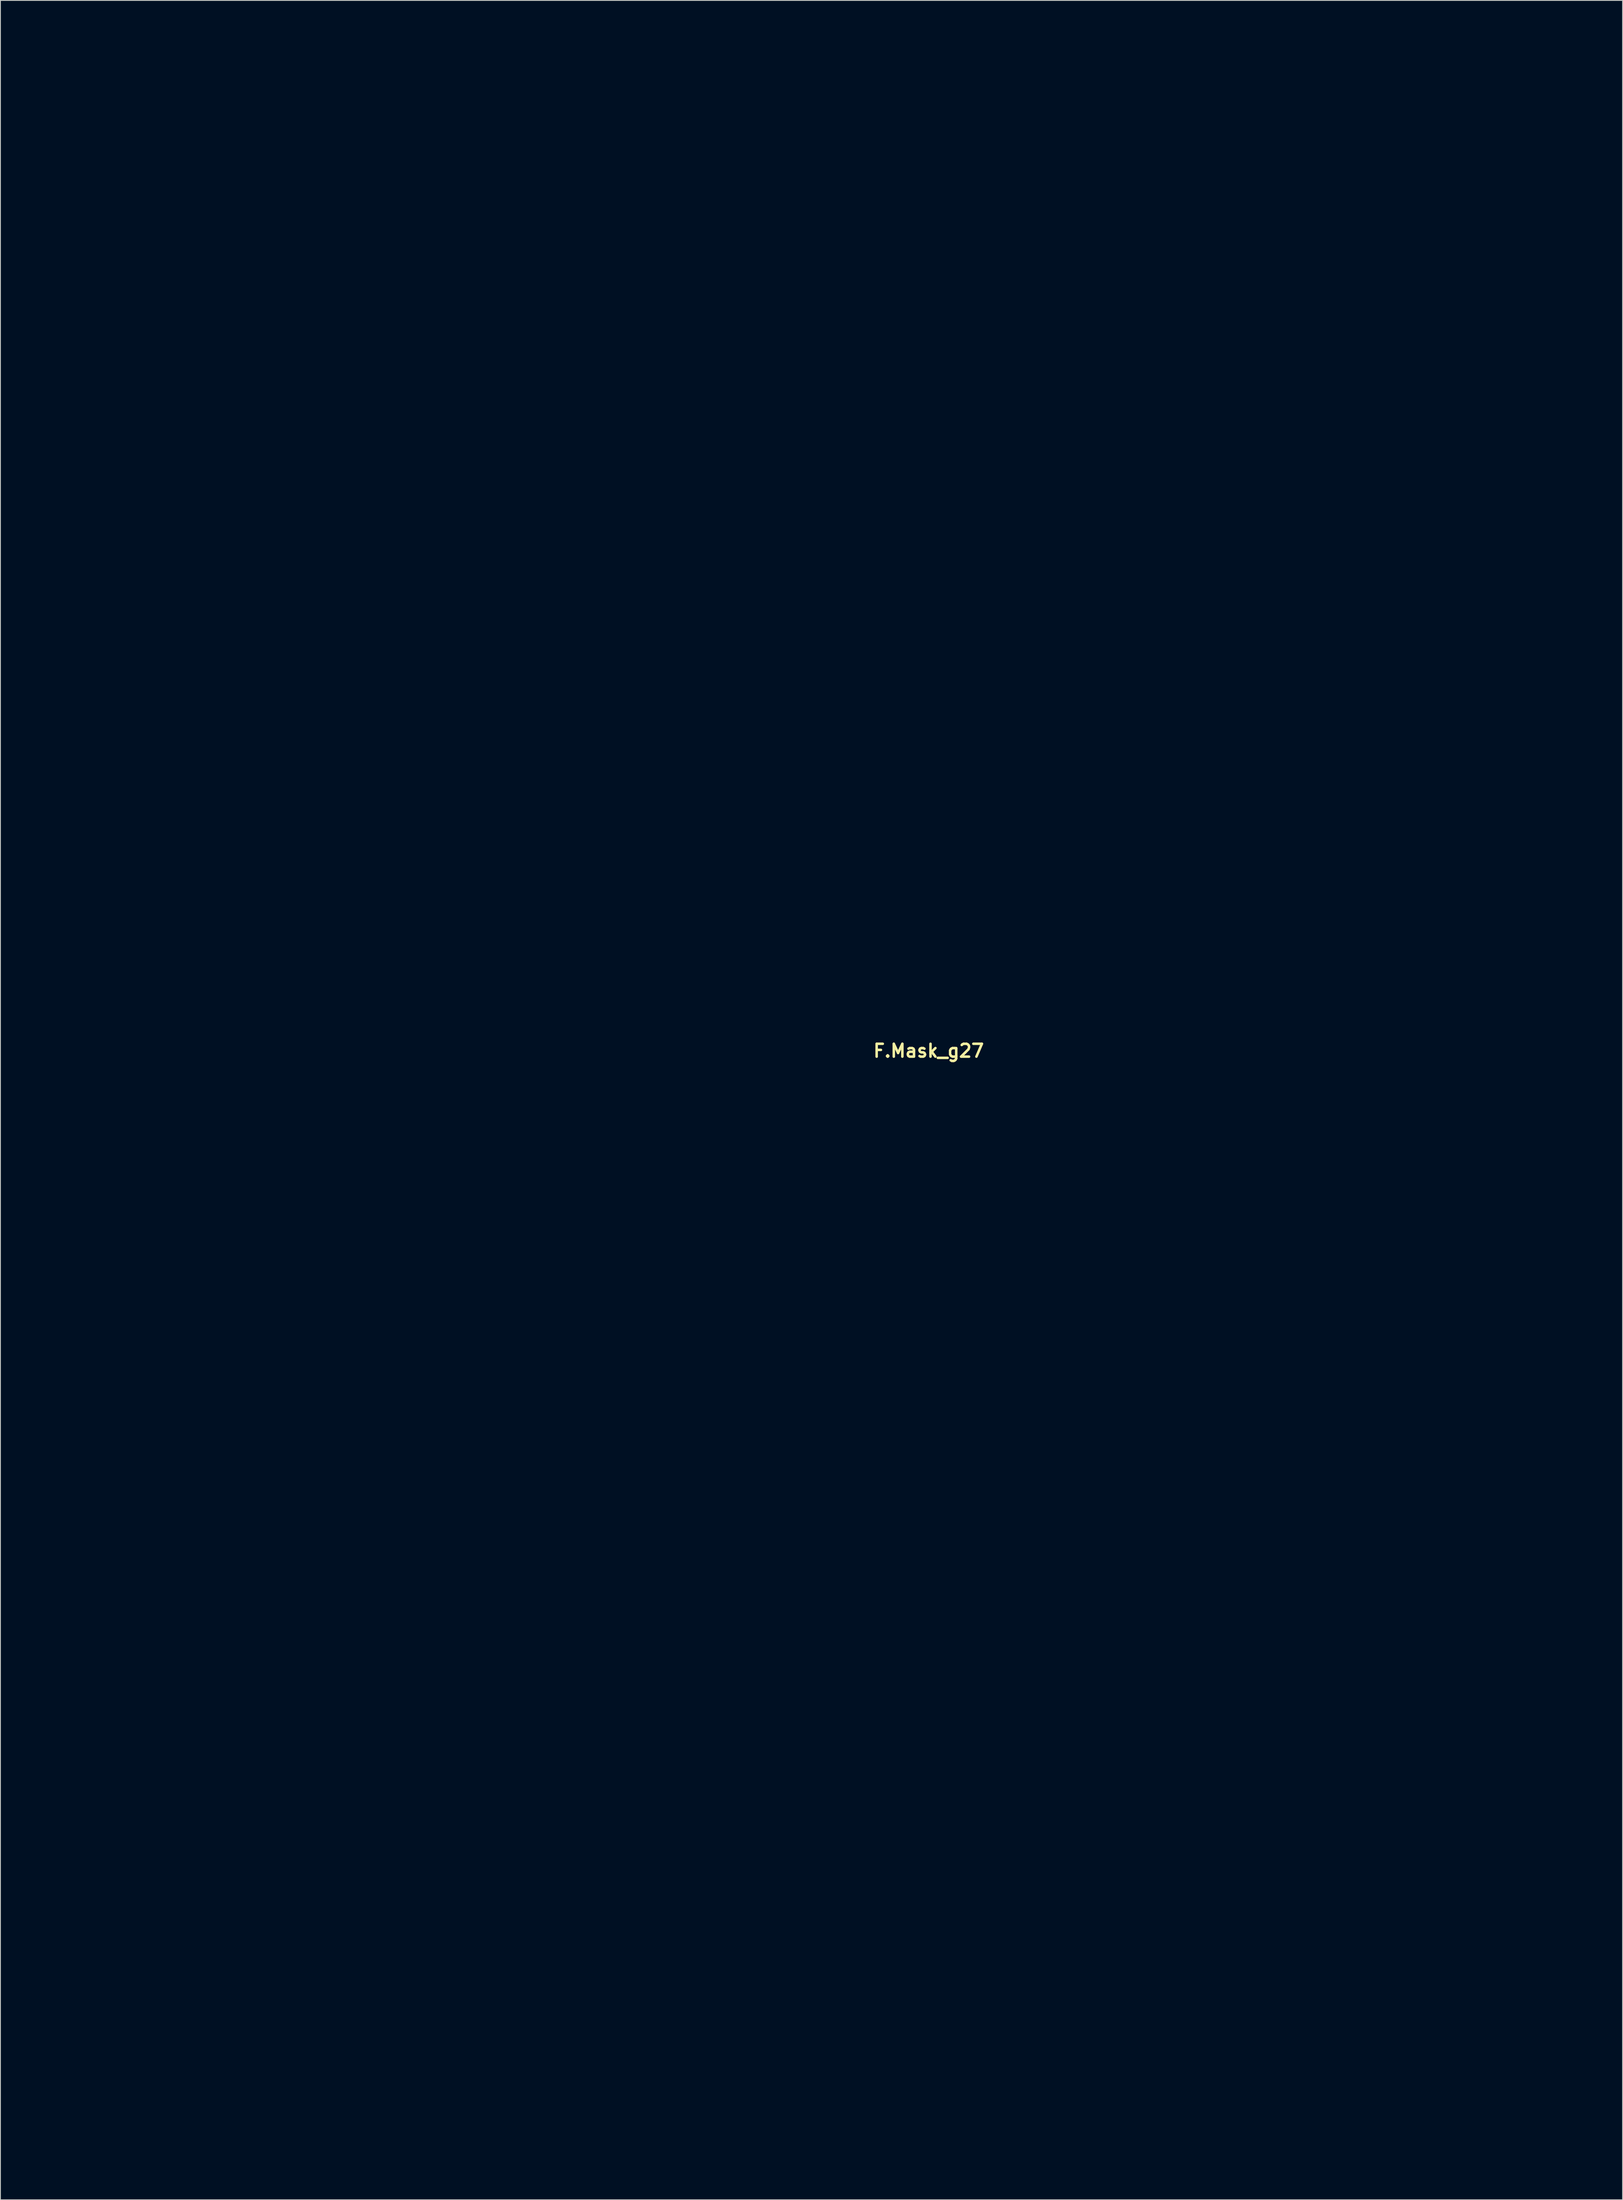
<source format=kicad_pcb>
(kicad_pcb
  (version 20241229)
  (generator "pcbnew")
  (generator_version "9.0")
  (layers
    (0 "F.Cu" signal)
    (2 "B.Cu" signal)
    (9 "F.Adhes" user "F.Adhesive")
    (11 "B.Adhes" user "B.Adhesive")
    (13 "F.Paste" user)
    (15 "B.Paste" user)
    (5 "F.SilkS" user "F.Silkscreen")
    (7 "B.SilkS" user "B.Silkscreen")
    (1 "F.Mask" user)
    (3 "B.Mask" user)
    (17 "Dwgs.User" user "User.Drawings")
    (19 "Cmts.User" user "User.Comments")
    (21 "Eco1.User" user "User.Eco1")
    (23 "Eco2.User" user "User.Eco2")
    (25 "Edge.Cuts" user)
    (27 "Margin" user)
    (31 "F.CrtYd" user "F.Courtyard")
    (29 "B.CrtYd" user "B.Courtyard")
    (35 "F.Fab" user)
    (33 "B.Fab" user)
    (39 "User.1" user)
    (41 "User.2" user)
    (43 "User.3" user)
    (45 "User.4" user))
  (footprint "F.Mask_g27"
    (layer "F.Cu")
    (at 107.087 121.523)
    (property "Reference" "F.Mask_g27" (at 0 0 0) (layer "F.SilkS") (effects (font (size 1.524 1.524) (thickness 0.3))))
    (attr through_hole)
    (fp_poly (pts (xy -9.786 -41.434) (xy -9.585 -41.424) (xy -9.406 -41.409) (xy -9.305 -41.395) (xy -8.877 -41.302) (xy -8.467 -41.173) (xy -8.075 -41.009) (xy -7.705 -40.812) (xy -7.358 -40.585) (xy -7.034 -40.328) (xy -6.736 -40.046) (xy -6.466 -39.738) (xy -6.224 -39.408) (xy -6.013 -39.057) (xy -5.833 -38.688) (xy -5.687 -38.302) (xy -5.576 -37.902) (xy -5.501 -37.489) (xy -5.465 -37.066) (xy -5.468 -36.635) (xy -5.484 -36.437) (xy -5.546 -36.003) (xy -5.648 -35.583) (xy -5.788 -35.178) (xy -5.964 -34.792) (xy -6.174 -34.425) (xy -6.418 -34.081) (xy -6.693 -33.761) (xy -6.999 -33.467) (xy -7.334 -33.201) (xy -7.696 -32.967) (xy -7.99 -32.809) (xy -8.374 -32.644) (xy -8.777 -32.514) (xy -9.194 -32.421) (xy -9.62 -32.364) (xy -10.049 -32.346) (xy -10.467 -32.366) (xy -10.891 -32.427) (xy -11.302 -32.527) (xy -11.7 -32.663) (xy -12.081 -32.835) (xy -12.444 -33.039) (xy -12.785 -33.276) (xy -13.103 -33.541) (xy -13.396 -33.835) (xy -13.66 -34.154) (xy -13.895 -34.496) (xy -14.097 -34.861) (xy -14.264 -35.246) (xy -14.379 -35.592) (xy -14.481 -36.024) (xy -14.541 -36.458) (xy -14.561 -36.891) (xy -14.54 -37.321) (xy -14.479 -37.746) (xy -14.378 -38.162) (xy -14.238 -38.568) (xy -14.059 -38.961) (xy -13.842 -39.338) (xy -13.644 -39.624) (xy -13.366 -39.96) (xy -13.06 -40.266) (xy -12.726 -40.54) (xy -12.369 -40.781) (xy -11.988 -40.988) (xy -11.588 -41.16) (xy -11.169 -41.294) (xy -10.767 -41.385) (xy -10.611 -41.407) (xy -10.424 -41.423) (xy -10.217 -41.433) (xy -10.001 -41.436) (xy -9.786 -41.434)) (stroke (width 0.01) (type solid)) (fill yes) (layer "F.Mask"))
    (fp_poly (pts (xy 69.151 -2.45) (xy 69.151 -1.244) (xy 69.151 -0.071) (xy 69.151 1.068) (xy 69.151 2.172) (xy 69.151 3.243) (xy 69.15 4.279) (xy 69.15 5.279) (xy 69.15 6.245) (xy 69.149 7.175) (xy 69.149 8.069) (xy 69.149 8.928) (xy 69.148 9.749) (xy 69.148 10.535) (xy 69.147 11.283) (xy 69.146 11.994) (xy 69.146 12.667) (xy 69.145 13.303) (xy 69.144 13.9) (xy 69.143 14.459) (xy 69.143 14.98) (xy 69.142 15.461) (xy 69.141 15.903) (xy 69.14 16.306) (xy 69.139 16.669) (xy 69.138 16.991) (xy 69.137 17.274) (xy 69.136 17.515) (xy 69.135 17.716) (xy 69.134 17.875) (xy 69.132 17.993) (xy 69.131 18.069) (xy 69.13 18.098) (xy 69.066 18.966) (xy 68.962 19.822) (xy 68.818 20.665) (xy 68.635 21.493) (xy 68.412 22.307) (xy 68.151 23.105) (xy 67.851 23.888) (xy 67.512 24.654) (xy 67.135 25.402) (xy 66.72 26.132) (xy 66.267 26.844) (xy 65.777 27.537) (xy 65.754 27.567) (xy 65.453 27.957) (xy 65.146 28.33) (xy 64.824 28.695) (xy 64.48 29.061) (xy 64.122 29.422) (xy 63.513 29.991) (xy 62.883 30.524) (xy 62.23 31.021) (xy 61.555 31.482) (xy 60.857 31.908) (xy 60.136 32.298) (xy 59.392 32.652) (xy 58.773 32.913) (xy 58.086 33.169) (xy 57.392 33.391) (xy 56.685 33.582) (xy 55.962 33.742) (xy 55.217 33.871) (xy 54.448 33.972) (xy 54.007 34.016) (xy 53.935 34.021) (xy 53.827 34.025) (xy 53.688 34.03) (xy 53.524 34.034) (xy 53.341 34.037) (xy 53.145 34.041) (xy 52.941 34.044) (xy 52.736 34.046) (xy 52.536 34.048) (xy 52.345 34.049) (xy 52.17 34.049) (xy 52.017 34.049) (xy 51.892 34.047) (xy 51.8 34.045) (xy 51.774 34.044) (xy 51.613 34.033) (xy 51.421 34.017) (xy 51.208 33.997) (xy 50.984 33.975) (xy 50.76 33.951) (xy 50.546 33.926) (xy 50.353 33.902) (xy 50.241 33.887) (xy 49.412 33.747) (xy 48.596 33.567) (xy 47.794 33.347) (xy 47.007 33.09) (xy 46.236 32.794) (xy 45.482 32.461) (xy 44.747 32.092) (xy 44.031 31.687) (xy 43.336 31.247) (xy 42.663 30.773) (xy 42.014 30.266) (xy 41.389 29.725) (xy 40.789 29.153) (xy 40.217 28.55) (xy 39.672 27.916) (xy 39.157 27.253) (xy 38.912 26.913) (xy 38.452 26.218) (xy 38.026 25.501) (xy 37.637 24.763) (xy 37.285 24.006) (xy 36.97 23.231) (xy 36.694 22.442) (xy 36.458 21.639) (xy 36.388 21.368) (xy 36.313 21.051) (xy 36.237 20.7) (xy 36.162 20.325) (xy 36.09 19.934) (xy 36.021 19.536) (xy 35.958 19.14) (xy 35.903 18.756) (xy 35.856 18.391) (xy 35.841 18.267) (xy 35.839 18.247) (xy 35.837 18.225) (xy 35.836 18.199) (xy 35.834 18.168) (xy 35.832 18.132) (xy 35.83 18.09) (xy 35.829 18.041) (xy 35.827 17.985) (xy 35.826 17.919) (xy 35.824 17.845) (xy 35.823 17.761) (xy 35.822 17.665) (xy 35.82 17.558) (xy 35.819 17.439) (xy 35.818 17.306) (xy 35.817 17.16) (xy 35.816 16.998) (xy 35.815 16.821) (xy 35.814 16.627) (xy 35.813 16.416) (xy 35.812 16.187) (xy 35.811 15.939) (xy 35.811 15.671) (xy 35.81 15.383) (xy 35.809 15.073) (xy 35.809 14.742) (xy 35.808 14.387) (xy 35.807 14.009) (xy 35.807 13.607) (xy 35.806 13.179) (xy 35.806 12.725) (xy 35.805 12.245) (xy 35.805 11.737) (xy 35.804 11.2) (xy 35.804 10.634) (xy 35.803 10.038) (xy 35.803 9.411) (xy 35.803 8.752) (xy 35.802 8.061) (xy 35.802 7.337) (xy 35.802 6.579) (xy 35.801 5.785) (xy 35.801 4.957) (xy 35.801 4.091) (xy 35.8 3.189) (xy 35.8 2.248) (xy 35.8 1.269) (xy 35.799 0.25) (xy 35.799 -0.81) (xy 35.799 -1.911) (xy 35.799 -2.323) (xy 35.793 -22.585) (xy 69.151 -22.585) (xy 69.151 -2.45)) (stroke (width 0.01) (type solid)) (fill yes) (layer "F.Mask"))
    (fp_poly (pts (xy -28.706 -47.866) (xy -28.636 -47.837) (xy -28.63 -47.835) (xy -28.624 -47.832) (xy -28.615 -47.83) (xy -28.605 -47.828) (xy -28.591 -47.826) (xy -28.572 -47.824) (xy -28.549 -47.822) (xy -28.52 -47.82) (xy -28.484 -47.819) (xy -28.441 -47.817) (xy -28.39 -47.816) (xy -28.329 -47.814) (xy -28.258 -47.813) (xy -28.177 -47.811) (xy -28.084 -47.81) (xy -27.978 -47.809) (xy -27.859 -47.808) (xy -27.726 -47.807) (xy -27.578 -47.806) (xy -27.415 -47.805) (xy -27.234 -47.804) (xy -27.037 -47.803) (xy -26.821 -47.802) (xy -26.586 -47.802) (xy -26.331 -47.801) (xy -26.055 -47.8) (xy -25.758 -47.8) (xy -25.438 -47.799) (xy -25.096 -47.799) (xy -24.729 -47.798) (xy -24.337 -47.798) (xy -23.92 -47.797) (xy -23.476 -47.797) (xy -23.005 -47.797) (xy -22.505 -47.796) (xy -21.977 -47.796) (xy -21.419 -47.796) (xy -20.83 -47.796) (xy -20.21 -47.796) (xy -19.557 -47.796) (xy -18.871 -47.795) (xy -18.152 -47.795) (xy -17.397 -47.795) (xy -16.607 -47.795) (xy -15.78 -47.795) (xy -14.917 -47.795) (xy -14.015 -47.795) (xy -13.074 -47.795) (xy -12.093 -47.795) (xy -11.072 -47.795) (xy -10.01 -47.795) (xy -9.866 -47.795) (xy 8.811 -47.794) (xy 8.978 -47.711) (xy 9.261 -47.546) (xy 9.519 -47.348) (xy 9.749 -47.121) (xy 9.949 -46.868) (xy 10.117 -46.59) (xy 10.251 -46.29) (xy 10.349 -45.973) (xy 10.374 -45.858) (xy 10.39 -45.745) (xy 10.4 -45.602) (xy 10.404 -45.439) (xy 10.403 -45.267) (xy 10.397 -45.097) (xy 10.385 -44.939) (xy 10.369 -44.806) (xy 10.364 -44.778) (xy 10.28 -44.432) (xy 10.16 -44.096) (xy 10.007 -43.774) (xy 9.823 -43.471) (xy 9.612 -43.191) (xy 9.376 -42.937) (xy 9.118 -42.714) (xy 8.861 -42.539) (xy 8.736 -42.464) (xy 8.883 -42.39) (xy 9.178 -42.219) (xy 9.446 -42.016) (xy 9.687 -41.786) (xy 9.897 -41.529) (xy 10.076 -41.251) (xy 10.219 -40.953) (xy 10.326 -40.639) (xy 10.384 -40.37) (xy 10.409 -40.136) (xy 10.41 -39.879) (xy 10.389 -39.61) (xy 10.347 -39.339) (xy 10.286 -39.077) (xy 10.246 -38.947) (xy 10.12 -38.635) (xy 9.955 -38.332) (xy 9.756 -38.043) (xy 9.525 -37.771) (xy 9.267 -37.521) (xy 8.984 -37.297) (xy 8.681 -37.102) (xy 8.515 -37.012) (xy 8.362 -36.936) (xy -3.81 -36.936) (xy -3.81 -37.117) (xy -3.825 -37.423) (xy -3.867 -37.751) (xy -3.935 -38.09) (xy -4.027 -38.431) (xy -4.14 -38.765) (xy -4.245 -39.021) (xy -4.416 -39.378) (xy -4.604 -39.713) (xy -4.814 -40.034) (xy -5.054 -40.353) (xy -5.243 -40.58) (xy -5.56 -40.916) (xy -5.911 -41.232) (xy -6.292 -41.525) (xy -6.697 -41.792) (xy -7.124 -42.031) (xy -7.566 -42.238) (xy -8.02 -42.411) (xy -8.271 -42.49) (xy -8.778 -42.615) (xy -9.291 -42.7) (xy -9.807 -42.743) (xy -10.324 -42.745) (xy -10.839 -42.707) (xy -11.349 -42.629) (xy -11.853 -42.51) (xy -12.347 -42.351) (xy -12.829 -42.153) (xy -13.062 -42.04) (xy -13.492 -41.802) (xy -13.895 -41.538) (xy -14.267 -41.25) (xy -14.606 -40.941) (xy -14.91 -40.612) (xy -14.999 -40.503) (xy -15.309 -40.086) (xy -15.583 -39.664) (xy -15.818 -39.237) (xy -16.013 -38.809) (xy -16.169 -38.381) (xy -16.284 -37.955) (xy -16.32 -37.775) (xy -16.335 -37.679) (xy -16.351 -37.556) (xy -16.367 -37.418) (xy -16.381 -37.276) (xy -16.393 -37.142) (xy -16.401 -37.028) (xy -16.404 -36.952) (xy -16.425 -36.95) (xy -16.486 -36.949) (xy -16.587 -36.948) (xy -16.725 -36.947) (xy -16.898 -36.945) (xy -17.105 -36.944) (xy -17.344 -36.943) (xy -17.614 -36.942) (xy -17.913 -36.941) (xy -18.238 -36.94) (xy -18.589 -36.94) (xy -18.964 -36.939) (xy -19.36 -36.938) (xy -19.777 -36.938) (xy -20.213 -36.937) (xy -20.665 -36.937) (xy -21.133 -36.936) (xy -21.614 -36.936) (xy -22.107 -36.936) (xy -22.315 -36.936) (xy -28.226 -36.937) (xy -28.475 -37.069) (xy -28.814 -37.269) (xy -29.117 -37.493) (xy -29.386 -37.741) (xy -29.619 -38.012) (xy -29.818 -38.307) (xy -29.981 -38.626) (xy -30.109 -38.967) (xy -30.201 -39.332) (xy -30.228 -39.486) (xy -30.245 -39.641) (xy -30.254 -39.82) (xy -30.254 -40.01) (xy -30.247 -40.2) (xy -30.232 -40.375) (xy -30.209 -40.521) (xy -30.207 -40.529) (xy -30.117 -40.863) (xy -29.993 -41.173) (xy -29.832 -41.46) (xy -29.636 -41.726) (xy -29.466 -41.911) (xy -29.341 -42.027) (xy -29.203 -42.14) (xy -29.062 -42.244) (xy -28.927 -42.332) (xy -28.807 -42.397) (xy -28.775 -42.411) (xy -28.72 -42.436) (xy -28.686 -42.456) (xy -28.681 -42.462) (xy -28.697 -42.478) (xy -28.741 -42.512) (xy -28.803 -42.557) (xy -28.834 -42.578) (xy -28.966 -42.678) (xy -29.112 -42.805) (xy -29.26 -42.949) (xy -29.403 -43.102) (xy -29.531 -43.253) (xy -29.571 -43.304) (xy -29.766 -43.595) (xy -29.929 -43.904) (xy -30.061 -44.226) (xy -30.159 -44.557) (xy -30.224 -44.893) (xy -30.256 -45.231) (xy -30.253 -45.564) (xy -30.214 -45.891) (xy -30.141 -46.205) (xy -30.03 -46.503) (xy -30.013 -46.541) (xy -29.86 -46.821) (xy -29.674 -47.075) (xy -29.455 -47.302) (xy -29.205 -47.501) (xy -28.932 -47.667) (xy -28.855 -47.71) (xy -28.799 -47.744) (xy -28.77 -47.766) (xy -28.771 -47.773) (xy -28.801 -47.789) (xy -28.808 -47.826) (xy -28.798 -47.865) (xy -28.765 -47.878) (xy -28.706 -47.866)) (stroke (width 0.01) (type solid)) (fill yes) (layer "F.Mask"))
    (fp_poly (pts (xy 11.911 -114.93) (xy 11.906 -114.904) (xy 11.892 -114.839) (xy 11.869 -114.735) (xy 11.839 -114.594) (xy 11.801 -114.417) (xy 11.755 -114.206) (xy 11.702 -113.962) (xy 11.642 -113.686) (xy 11.576 -113.379) (xy 11.503 -113.044) (xy 11.424 -112.681) (xy 11.34 -112.293) (xy 11.25 -111.879) (xy 11.155 -111.442) (xy 11.056 -110.984) (xy 10.952 -110.504) (xy 10.843 -110.006) (xy 10.731 -109.489) (xy 10.615 -108.957) (xy 10.496 -108.409) (xy 10.374 -107.848) (xy 10.25 -107.274) (xy 10.123 -106.69) (xy 10.068 -106.437) (xy 9.92 -105.757) (xy 9.772 -105.077) (xy 9.625 -104.399) (xy 9.478 -103.724) (xy 9.332 -103.052) (xy 9.188 -102.387) (xy 9.045 -101.727) (xy 8.903 -101.076) (xy 8.764 -100.433) (xy 8.627 -99.801) (xy 8.492 -99.181) (xy 8.36 -98.574) (xy 8.232 -97.98) (xy 8.107 -97.403) (xy 7.985 -96.841) (xy 7.867 -96.298) (xy 7.754 -95.774) (xy 7.645 -95.271) (xy 7.541 -94.789) (xy 7.441 -94.33) (xy 7.347 -93.896) (xy 7.259 -93.487) (xy 7.176 -93.105) (xy 7.1 -92.751) (xy 7.03 -92.426) (xy 6.967 -92.132) (xy 6.91 -91.869) (xy 6.861 -91.64) (xy 6.819 -91.445) (xy 6.785 -91.286) (xy 6.759 -91.164) (xy 6.741 -91.08) (xy 6.732 -91.035) (xy 6.731 -91.028) (xy 6.752 -91.026) (xy 6.811 -91.024) (xy 6.905 -91.023) (xy 7.03 -91.022) (xy 7.182 -91.021) (xy 7.359 -91.021) (xy 7.555 -91.021) (xy 7.767 -91.021) (xy 7.953 -91.022) (xy 9.174 -91.027) (xy 9.832 -93.921) (xy 9.91 -94.263) (xy 9.985 -94.594) (xy 10.058 -94.911) (xy 10.126 -95.212) (xy 10.191 -95.495) (xy 10.251 -95.757) (xy 10.306 -95.996) (xy 10.356 -96.21) (xy 10.399 -96.396) (xy 10.435 -96.551) (xy 10.464 -96.674) (xy 10.485 -96.762) (xy 10.498 -96.814) (xy 10.501 -96.826) (xy 10.524 -96.827) (xy 10.585 -96.824) (xy 10.679 -96.818) (xy 10.801 -96.809) (xy 10.947 -96.798) (xy 11.114 -96.785) (xy 11.295 -96.77) (xy 11.368 -96.763) (xy 13.885 -96.528) (xy 16.372 -96.263) (xy 18.83 -95.969) (xy 21.261 -95.645) (xy 23.666 -95.292) (xy 26.045 -94.908) (xy 28.401 -94.495) (xy 30.734 -94.051) (xy 33.044 -93.576) (xy 35.335 -93.071) (xy 37.605 -92.535) (xy 38.449 -92.326) (xy 38.769 -92.246) (xy 39.115 -92.158) (xy 39.482 -92.063) (xy 39.863 -91.964) (xy 40.254 -91.861) (xy 40.649 -91.757) (xy 41.042 -91.652) (xy 41.427 -91.548) (xy 41.8 -91.447) (xy 42.154 -91.351) (xy 42.484 -91.259) (xy 42.784 -91.175) (xy 43.049 -91.1) (xy 43.064 -91.096) (xy 43.381 -91.005) (xy 43.386 -88.481) (xy 43.392 -85.958) (xy -63.246 -85.958) (xy -63.241 -88.481) (xy -63.235 -91.004) (xy -62.897 -91.096) (xy -62.612 -91.172) (xy -62.29 -91.256) (xy -61.937 -91.346) (xy -61.558 -91.442) (xy -61.157 -91.541) (xy -60.741 -91.643) (xy -60.313 -91.747) (xy -59.879 -91.851) (xy -59.444 -91.953) (xy -59.013 -92.054) (xy -58.591 -92.151) (xy -58.367 -92.202) (xy -56.487 -92.618) (xy -54.57 -93.021) (xy -52.619 -93.411) (xy -50.637 -93.787) (xy -48.628 -94.149) (xy -46.595 -94.497) (xy -44.542 -94.83) (xy -42.471 -95.147) (xy -40.387 -95.448) (xy -38.292 -95.731) (xy -36.189 -95.998) (xy -34.083 -96.246) (xy -33.539 -96.308) (xy -33.3 -96.334) (xy -33.051 -96.362) (xy -32.792 -96.39) (xy -32.529 -96.418) (xy -32.263 -96.446) (xy -32 -96.474) (xy -31.741 -96.502) (xy -31.491 -96.528) (xy -31.252 -96.553) (xy -31.029 -96.576) (xy -30.823 -96.597) (xy -30.64 -96.615) (xy -30.482 -96.631) (xy -30.352 -96.643) (xy -30.254 -96.652) (xy -30.192 -96.657) (xy -30.168 -96.658) (xy -30.168 -96.658) (xy -30.162 -96.637) (xy -30.149 -96.577) (xy -30.127 -96.481) (xy -30.098 -96.35) (xy -30.062 -96.188) (xy -30.02 -95.996) (xy -29.972 -95.777) (xy -29.918 -95.533) (xy -29.859 -95.267) (xy -29.797 -94.981) (xy -29.73 -94.678) (xy -29.66 -94.359) (xy -29.587 -94.027) (xy -29.547 -93.84) (xy -29.473 -93.503) (xy -29.401 -93.177) (xy -29.333 -92.864) (xy -29.268 -92.568) (xy -29.207 -92.291) (xy -29.151 -92.035) (xy -29.099 -91.802) (xy -29.054 -91.594) (xy -29.014 -91.415) (xy -28.981 -91.267) (xy -28.955 -91.151) (xy -28.937 -91.071) (xy -28.927 -91.028) (xy -28.926 -91.022) (xy -28.904 -91.021) (xy -28.844 -91.02) (xy -28.749 -91.02) (xy -28.624 -91.02) (xy -28.471 -91.02) (xy -28.295 -91.02) (xy -28.1 -91.02) (xy -27.89 -91.021) (xy -27.747 -91.022) (xy -26.574 -91.027) (xy -27.445 -95.059) (xy -27.517 -95.39) (xy -27.597 -95.759) (xy -27.685 -96.164) (xy -27.781 -96.603) (xy -27.884 -97.073) (xy -27.993 -97.572) (xy -28.108 -98.097) (xy -28.229 -98.645) (xy -28.354 -99.214) (xy -28.484 -99.802) (xy -28.617 -100.405) (xy -28.753 -101.022) (xy -28.892 -101.649) (xy -29.032 -102.285) (xy -29.174 -102.927) (xy -29.317 -103.571) (xy -29.46 -104.216) (xy -29.603 -104.86) (xy -29.745 -105.498) (xy -29.885 -106.13) (xy -30.024 -106.752) (xy -30.086 -107.031) (xy -30.213 -107.602) (xy -30.338 -108.162) (xy -30.46 -108.71) (xy -30.579 -109.244) (xy -30.695 -109.764) (xy -30.807 -110.268) (xy -30.916 -110.754) (xy -31.02 -111.221) (xy -31.119 -111.668) (xy -31.214 -112.093) (xy -31.303 -112.494) (xy -31.387 -112.871) (xy -31.465 -113.222) (xy -31.537 -113.545) (xy -31.602 -113.839) (xy -31.661 -114.103) (xy -31.712 -114.336) (xy -31.757 -114.535) (xy -31.793 -114.7) (xy -31.822 -114.828) (xy -31.842 -114.919) (xy -31.853 -114.972) (xy -31.856 -114.985) (xy -31.835 -114.985) (xy -31.772 -114.986) (xy -31.669 -114.987) (xy -31.527 -114.987) (xy -31.345 -114.988) (xy -31.126 -114.988) (xy -30.869 -114.989) (xy -30.576 -114.989) (xy -30.248 -114.99) (xy -29.886 -114.99) (xy -29.49 -114.991) (xy -29.062 -114.991) (xy -28.601 -114.992) (xy -28.11 -114.992) (xy -27.589 -114.993) (xy -27.039 -114.993) (xy -26.46 -114.994) (xy -25.854 -114.994) (xy -25.222 -114.995) (xy -24.564 -114.995) (xy -23.881 -114.995) (xy -23.175 -114.996) (xy -22.446 -114.996) (xy -21.694 -114.996) (xy -20.922 -114.997) (xy -20.129 -114.997) (xy -19.316 -114.997) (xy -18.485 -114.997) (xy -17.637 -114.998) (xy -16.771 -114.998) (xy -15.89 -114.998) (xy -14.994 -114.998) (xy -14.083 -114.998) (xy -13.16 -114.998) (xy -12.224 -114.998) (xy -11.276 -114.998) (xy -10.318 -114.998) (xy -9.967 -114.999) (xy 11.922 -114.999) (xy 11.911 -114.93)) (stroke (width 0.01) (type solid)) (fill yes) (layer "F.Mask"))
    (fp_poly (pts (xy 2.21 -84.475) (xy 2.551 -84.462) (xy 2.795 -84.443) (xy 3.423 -84.363) (xy 4.039 -84.242) (xy 4.641 -84.082) (xy 5.228 -83.883) (xy 5.799 -83.647) (xy 6.352 -83.374) (xy 6.886 -83.065) (xy 7.399 -82.72) (xy 7.89 -82.341) (xy 8.356 -81.928) (xy 8.798 -81.483) (xy 9.213 -81.005) (xy 9.425 -80.736) (xy 9.776 -80.238) (xy 10.097 -79.713) (xy 10.386 -79.166) (xy 10.64 -78.601) (xy 10.858 -78.022) (xy 11.039 -77.433) (xy 11.18 -76.838) (xy 11.243 -76.496) (xy 11.291 -76.2) (xy 23.531 -76.2) (xy 23.786 -75.877) (xy 24.017 -75.58) (xy 24.224 -75.308) (xy 24.41 -75.057) (xy 24.579 -74.819) (xy 24.734 -74.591) (xy 24.763 -74.549) (xy 24.84 -74.43) (xy 24.921 -74.301) (xy 25.003 -74.167) (xy 25.082 -74.034) (xy 25.156 -73.907) (xy 25.221 -73.792) (xy 25.275 -73.693) (xy 25.313 -73.617) (xy 25.334 -73.569) (xy 25.337 -73.557) (xy 25.326 -73.555) (xy 25.293 -73.553) (xy 25.236 -73.551) (xy 25.156 -73.549) (xy 25.051 -73.547) (xy 24.919 -73.545) (xy 24.761 -73.544) (xy 24.574 -73.542) (xy 24.359 -73.541) (xy 24.114 -73.54) (xy 23.839 -73.538) (xy 23.531 -73.538) (xy 23.192 -73.537) (xy 22.818 -73.536) (xy 22.41 -73.535) (xy 21.967 -73.535) (xy 21.487 -73.534) (xy 20.97 -73.534) (xy 20.415 -73.533) (xy 19.82 -73.533) (xy 19.186 -73.533) (xy 18.51 -73.533) (xy 18.271 -73.533) (xy 11.206 -73.533) (xy 11.147 -73.201) (xy 11.018 -72.598) (xy 10.85 -72.009) (xy 10.645 -71.435) (xy 10.403 -70.879) (xy 10.127 -70.342) (xy 9.818 -69.826) (xy 9.477 -69.331) (xy 9.105 -68.859) (xy 8.704 -68.412) (xy 8.276 -67.991) (xy 7.822 -67.598) (xy 7.342 -67.235) (xy 6.84 -66.902) (xy 6.315 -66.601) (xy 5.77 -66.334) (xy 5.206 -66.101) (xy 4.624 -65.906) (xy 4.053 -65.755) (xy 3.773 -65.693) (xy 3.516 -65.643) (xy 3.272 -65.602) (xy 3.032 -65.571) (xy 2.788 -65.549) (xy 2.53 -65.534) (xy 2.249 -65.525) (xy 1.936 -65.522) (xy 1.905 -65.522) (xy 1.667 -65.523) (xy 1.462 -65.525) (xy 1.284 -65.53) (xy 1.123 -65.537) (xy 0.972 -65.548) (xy 0.821 -65.563) (xy 0.664 -65.583) (xy 0.491 -65.607) (xy 0.414 -65.619) (xy -0.218 -65.736) (xy -0.838 -65.894) (xy -1.444 -66.089) (xy -2.033 -66.323) (xy -2.606 -66.593) (xy -3.159 -66.898) (xy -3.691 -67.238) (xy -4.2 -67.611) (xy -4.684 -68.017) (xy -5.142 -68.454) (xy -5.572 -68.921) (xy -5.931 -69.363) (xy -6.034 -69.502) (xy -6.145 -69.658) (xy -6.257 -69.821) (xy -6.365 -69.983) (xy -6.461 -70.133) (xy -6.54 -70.263) (xy -6.561 -70.301) (xy -6.597 -70.361) (xy -6.625 -70.402) (xy -6.638 -70.415) (xy -6.638 -70.415) (xy -6.633 -70.394) (xy -6.617 -70.336) (xy -6.589 -70.242) (xy -6.551 -70.115) (xy -6.503 -69.959) (xy -6.447 -69.775) (xy -6.383 -69.566) (xy -6.312 -69.335) (xy -6.235 -69.084) (xy -6.153 -68.817) (xy -6.066 -68.534) (xy -5.975 -68.241) (xy -5.961 -68.197) (xy -5.834 -67.786) (xy -5.72 -67.415) (xy -5.618 -67.083) (xy -5.529 -66.79) (xy -5.453 -66.536) (xy -5.388 -66.32) (xy -5.337 -66.141) (xy -5.297 -65.999) (xy -5.269 -65.894) (xy -5.253 -65.826) (xy -5.25 -65.807) (xy -5.236 -65.682) (xy -5.225 -65.525) (xy -5.217 -65.347) (xy -5.212 -65.158) (xy -5.211 -64.97) (xy -5.213 -64.792) (xy -5.219 -64.635) (xy -5.227 -64.525) (xy -5.294 -64.052) (xy -5.399 -63.597) (xy -5.539 -63.161) (xy -5.716 -62.746) (xy -5.927 -62.352) (xy -6.173 -61.982) (xy -6.452 -61.636) (xy -6.765 -61.316) (xy -6.793 -61.29) (xy -7.031 -61.084) (xy -7.263 -60.912) (xy -7.498 -60.767) (xy -7.745 -60.644) (xy -7.89 -60.583) (xy -8.189 -60.475) (xy -8.481 -60.388) (xy -8.777 -60.322) (xy -9.085 -60.275) (xy -9.413 -60.245) (xy -9.772 -60.231) (xy -9.832 -60.23) (xy -9.982 -60.228) (xy -10.121 -60.228) (xy -10.243 -60.228) (xy -10.342 -60.229) (xy -10.409 -60.23) (xy -10.435 -60.232) (xy -10.489 -60.238) (xy -10.571 -60.247) (xy -10.667 -60.258) (xy -10.71 -60.263) (xy -11.063 -60.315) (xy -11.406 -60.392) (xy -11.732 -60.49) (xy -12.036 -60.607) (xy -12.311 -60.742) (xy -12.472 -60.838) (xy -12.821 -61.091) (xy -13.143 -61.374) (xy -13.436 -61.686) (xy -13.701 -62.025) (xy -13.936 -62.387) (xy -14.139 -62.771) (xy -14.31 -63.173) (xy -14.447 -63.591) (xy -14.548 -64.023) (xy -14.614 -64.466) (xy -14.642 -64.918) (xy -14.632 -65.375) (xy -14.63 -65.41) (xy -14.619 -65.543) (xy -14.606 -65.674) (xy -14.593 -65.791) (xy -14.581 -65.884) (xy -14.574 -65.924) (xy -14.564 -65.964) (xy -14.542 -66.042) (xy -14.509 -66.154) (xy -14.467 -66.298) (xy -14.415 -66.472) (xy -14.354 -66.671) (xy -14.287 -66.894) (xy -14.213 -67.137) (xy -14.133 -67.397) (xy -14.048 -67.672) (xy -13.96 -67.959) (xy -13.875 -68.231) (xy -13.785 -68.524) (xy -13.697 -68.805) (xy -13.614 -69.074) (xy -13.536 -69.326) (xy -13.464 -69.559) (xy -13.399 -69.77) (xy -13.341 -69.957) (xy -13.291 -70.117) (xy -13.251 -70.247) (xy -13.221 -70.345) (xy -13.202 -70.407) (xy -13.194 -70.432) (xy -13.2 -70.431) (xy -13.224 -70.398) (xy -13.262 -70.339) (xy -13.312 -70.258) (xy -13.335 -70.22) (xy -13.662 -69.713) (xy -14.026 -69.227) (xy -14.422 -68.763) (xy -14.85 -68.324) (xy -15.306 -67.91) (xy -15.789 -67.524) (xy -16.297 -67.166) (xy -16.826 -66.84) (xy -17.376 -66.545) (xy -17.943 -66.285) (xy -18.526 -66.06) (xy -19.122 -65.872) (xy -19.375 -65.805) (xy -19.849 -65.696) (xy -20.306 -65.614) (xy -20.76 -65.557) (xy -21.22 -65.524) (xy -21.7 -65.514) (xy -21.956 -65.517) (xy -22.234 -65.525) (xy -22.483 -65.538) (xy -22.715 -65.556) (xy -22.942 -65.582) (xy -23.178 -65.615) (xy -23.386 -65.649) (xy -23.992 -65.775) (xy -24.587 -65.941) (xy -25.169 -66.146) (xy -25.735 -66.388) (xy -26.284 -66.667) (xy -26.814 -66.981) (xy -27.324 -67.329) (xy -27.812 -67.711) (xy -28.275 -68.124) (xy -28.712 -68.568) (xy -29.122 -69.042) (xy -29.503 -69.544) (xy -29.651 -69.759) (xy -29.983 -70.294) (xy -30.068 -70.453) (xy -6.668 -70.453) (xy -6.657 -70.443) (xy -6.646 -70.453) (xy -6.657 -70.464) (xy -6.668 -70.453) (xy -30.068 -70.453) (xy -30.279 -70.851) (xy -30.539 -71.427) (xy -30.76 -72.019) (xy -30.942 -72.626) (xy -31.085 -73.246) (xy -31.092 -73.285) (xy -31.11 -73.378) (xy -31.124 -73.455) (xy -31.134 -73.506) (xy -31.136 -73.523) (xy -31.157 -73.524) (xy -31.219 -73.525) (xy -31.32 -73.526) (xy -31.458 -73.526) (xy -31.633 -73.527) (xy -31.842 -73.528) (xy -32.084 -73.528) (xy -32.358 -73.529) (xy -32.662 -73.529) (xy -32.994 -73.53) (xy -33.352 -73.53) (xy -33.736 -73.531) (xy -34.144 -73.531) (xy -34.574 -73.532) (xy -35.024 -73.532) (xy -35.493 -73.532) (xy -35.98 -73.533) (xy -36.482 -73.533) (xy -36.999 -73.533) (xy -37.529 -73.533) (xy -38.07 -73.533) (xy -38.163 -73.533) (xy -38.706 -73.533) (xy -39.238 -73.533) (xy -39.757 -73.533) (xy -40.262 -73.534) (xy -40.752 -73.534) (xy -41.224 -73.534) (xy -41.678 -73.535) (xy -42.111 -73.535) (xy -42.523 -73.536) (xy -42.911 -73.536) (xy -43.274 -73.537) (xy -43.611 -73.538) (xy -43.919 -73.538) (xy -44.198 -73.539) (xy -44.446 -73.54) (xy -44.661 -73.541) (xy -44.841 -73.542) (xy -44.986 -73.543) (xy -45.094 -73.544) (xy -45.162 -73.545) (xy -45.19 -73.546) (xy -45.191 -73.546) (xy -45.179 -73.576) (xy -45.146 -73.637) (xy -45.093 -73.728) (xy -45.023 -73.844) (xy -44.937 -73.982) (xy -44.837 -74.139) (xy -44.727 -74.313) (xy -44.606 -74.499) (xy -44.479 -74.696) (xy -44.346 -74.898) (xy -44.235 -75.066) (xy -22.385 -75.066) (xy -22.385 -74.746) (xy -22.342 -74.422) (xy -22.298 -74.231) (xy -22.245 -74.065) (xy -22.17 -73.882) (xy -22.082 -73.697) (xy -21.988 -73.526) (xy -21.937 -73.446) (xy -21.77 -73.226) (xy -21.572 -73.019) (xy -21.35 -72.83) (xy -21.112 -72.666) (xy -20.867 -72.533) (xy -20.701 -72.464) (xy -20.431 -72.386) (xy -20.142 -72.339) (xy -19.848 -72.324) (xy -19.559 -72.342) (xy -19.387 -72.369) (xy -19.067 -72.455) (xy -18.767 -72.578) (xy -18.487 -72.735) (xy -18.231 -72.924) (xy -18.001 -73.143) (xy -17.798 -73.39) (xy -17.626 -73.662) (xy -17.486 -73.957) (xy -17.381 -74.272) (xy -17.345 -74.422) (xy -17.325 -74.554) (xy -17.312 -74.713) (xy -17.309 -74.797) (xy -2.102 -74.797) (xy -2.069 -74.488) (xy -1.999 -74.181) (xy -1.89 -73.882) (xy -1.743 -73.591) (xy -1.583 -73.348) (xy -1.385 -73.111) (xy -1.156 -72.898) (xy -0.903 -72.713) (xy -0.632 -72.56) (xy -0.348 -72.442) (xy -0.085 -72.368) (xy 0.09 -72.341) (xy 0.29 -72.328) (xy 0.5 -72.329) (xy 0.703 -72.344) (xy 0.875 -72.37) (xy 1.189 -72.455) (xy 1.486 -72.579) (xy 1.768 -72.742) (xy 2.034 -72.945) (xy 2.235 -73.135) (xy 2.458 -73.393) (xy 2.642 -73.666) (xy 2.787 -73.953) (xy 2.892 -74.251) (xy 2.957 -74.561) (xy 2.981 -74.879) (xy 2.978 -75.023) (xy 2.944 -75.328) (xy 2.87 -75.621) (xy 2.761 -75.901) (xy 2.618 -76.165) (xy 2.445 -76.41) (xy 2.244 -76.635) (xy 2.018 -76.836) (xy 1.77 -77.011) (xy 1.503 -77.157) (xy 1.218 -77.272) (xy 0.92 -77.353) (xy 0.61 -77.398) (xy 0.402 -77.406) (xy 0.082 -77.386) (xy -0.231 -77.326) (xy -0.531 -77.227) (xy -0.817 -77.093) (xy -1.082 -76.923) (xy -1.324 -76.721) (xy -1.5 -76.536) (xy -1.695 -76.276) (xy -1.852 -76) (xy -1.971 -75.711) (xy -2.052 -75.412) (xy -2.096 -75.106) (xy -2.102 -74.797) (xy -17.309 -74.797) (xy -17.306 -74.886) (xy -17.308 -75.058) (xy -17.318 -75.216) (xy -17.333 -75.332) (xy -17.411 -75.643) (xy -17.527 -75.94) (xy -17.68 -76.22) (xy -17.869 -76.481) (xy -18.092 -76.718) (xy -18.308 -76.901) (xy -18.454 -76.999) (xy -18.629 -77.097) (xy -18.821 -77.187) (xy -19.017 -77.265) (xy -19.203 -77.324) (xy -19.209 -77.326) (xy -19.299 -77.349) (xy -19.374 -77.366) (xy -19.443 -77.378) (xy -19.514 -77.386) (xy -19.599 -77.39) (xy -19.705 -77.392) (xy -19.842 -77.393) (xy -19.875 -77.393) (xy -20.022 -77.393) (xy -20.135 -77.391) (xy -20.224 -77.387) (xy -20.296 -77.381) (xy -20.362 -77.37) (xy -20.429 -77.355) (xy -20.496 -77.338) (xy -20.81 -77.232) (xy -21.104 -77.091) (xy -21.373 -76.917) (xy -21.616 -76.711) (xy -21.831 -76.476) (xy -22.015 -76.214) (xy -22.133 -75.999) (xy -22.259 -75.693) (xy -22.343 -75.381) (xy -22.385 -75.066) (xy -44.235 -75.066) (xy -44.21 -75.104) (xy -44.072 -75.311) (xy -43.936 -75.514) (xy -43.802 -75.711) (xy -43.674 -75.899) (xy -43.601 -76.004) (xy -43.466 -76.2) (xy -37.302 -76.2) (xy -31.139 -76.2) (xy -31.125 -76.301) (xy -31.019 -76.927) (xy -30.873 -77.54) (xy -30.688 -78.137) (xy -30.464 -78.718) (xy -30.202 -79.282) (xy -29.902 -79.827) (xy -29.566 -80.352) (xy -29.193 -80.857) (xy -28.784 -81.34) (xy -28.544 -81.595) (xy -28.084 -82.038) (xy -27.599 -82.446) (xy -27.092 -82.82) (xy -26.562 -83.158) (xy -26.013 -83.46) (xy -25.444 -83.725) (xy -24.858 -83.952) (xy -24.255 -84.141) (xy -23.638 -84.291) (xy -23.007 -84.402) (xy -22.839 -84.424) (xy -22.704 -84.438) (xy -22.535 -84.449) (xy -22.34 -84.459) (xy -22.129 -84.466) (xy -21.909 -84.471) (xy -21.688 -84.473) (xy -21.476 -84.473) (xy -21.281 -84.47) (xy -21.111 -84.464) (xy -20.989 -84.456) (xy -20.36 -84.383) (xy -19.742 -84.269) (xy -19.137 -84.115) (xy -18.546 -83.924) (xy -17.97 -83.696) (xy -17.412 -83.431) (xy -16.873 -83.131) (xy -16.355 -82.798) (xy -15.859 -82.431) (xy -15.388 -82.032) (xy -14.941 -81.603) (xy -14.522 -81.143) (xy -14.132 -80.655) (xy -13.772 -80.139) (xy -13.495 -79.684) (xy -13.272 -79.267) (xy -13.066 -78.826) (xy -12.88 -78.369) (xy -12.717 -77.903) (xy -12.579 -77.438) (xy -12.47 -76.98) (xy -12.392 -76.538) (xy -12.383 -76.475) (xy -12.371 -76.386) (xy -12.359 -76.309) (xy -12.351 -76.257) (xy -12.349 -76.248) (xy -12.339 -76.2) (xy -7.493 -76.2) (xy -7.493 -76.248) (xy -7.489 -76.309) (xy -7.476 -76.403) (xy -7.457 -76.523) (xy -7.432 -76.663) (xy -7.404 -76.815) (xy -7.373 -76.97) (xy -7.341 -77.123) (xy -7.308 -77.265) (xy -7.292 -77.336) (xy -7.188 -77.724) (xy -7.076 -78.088) (xy -6.948 -78.44) (xy -6.802 -78.794) (xy -6.631 -79.163) (xy -6.605 -79.216) (xy -6.377 -79.654) (xy -6.138 -80.063) (xy -5.879 -80.455) (xy -5.591 -80.843) (xy -5.507 -80.949) (xy -5.101 -81.422) (xy -4.667 -81.866) (xy -4.204 -82.279) (xy -3.716 -82.661) (xy -3.205 -83.009) (xy -2.672 -83.324) (xy -2.119 -83.603) (xy -1.549 -83.846) (xy -0.964 -84.052) (xy -0.365 -84.219) (xy 0.246 -84.346) (xy 0.46 -84.38) (xy 0.776 -84.42) (xy 1.121 -84.449) (xy 1.483 -84.469) (xy 1.85 -84.477) (xy 2.21 -84.475)) (stroke (width 0.01) (type solid)) (fill yes) (layer "F.Mask"))
    (fp_poly (pts (xy 79.29 133.202) (xy -107.082 133.202) (xy -107.082 18.616) (xy -97.706 18.616) (xy -97.7 37.497) (xy -97.7 38.573) (xy -97.699 39.607) (xy -97.699 40.601) (xy -97.699 41.554) (xy -97.698 42.469) (xy -97.698 43.346) (xy -97.698 44.185) (xy -97.697 44.987) (xy -97.697 45.754) (xy -97.697 46.486) (xy -97.696 47.184) (xy -97.696 47.849) (xy -97.695 48.481) (xy -97.695 49.081) (xy -97.695 49.651) (xy -97.694 50.191) (xy -97.694 50.702) (xy -97.693 51.184) (xy -97.693 51.639) (xy -97.692 52.067) (xy -97.692 52.469) (xy -97.691 52.846) (xy -97.69 53.2) (xy -97.69 53.529) (xy -97.689 53.836) (xy -97.688 54.122) (xy -97.688 54.387) (xy -97.687 54.631) (xy -97.686 54.856) (xy -97.685 55.063) (xy -97.684 55.252) (xy -97.683 55.425) (xy -97.682 55.581) (xy -97.681 55.723) (xy -97.68 55.85) (xy -97.678 55.963) (xy -97.677 56.064) (xy -97.676 56.153) (xy -97.674 56.232) (xy -97.673 56.299) (xy -97.671 56.358) (xy -97.67 56.408) (xy -97.668 56.45) (xy -97.666 56.486) (xy -97.665 56.515) (xy -97.663 56.539) (xy -97.661 56.559) (xy -97.659 56.575) (xy -97.657 56.589) (xy -97.657 56.589) (xy -97.561 57.05) (xy -97.442 57.48) (xy -97.297 57.882) (xy -97.123 58.262) (xy -96.92 58.625) (xy -96.685 58.975) (xy -96.482 59.237) (xy -96.168 59.587) (xy -95.826 59.907) (xy -95.456 60.195) (xy -95.062 60.451) (xy -94.647 60.673) (xy -94.212 60.858) (xy -93.761 61.006) (xy -93.736 61.013) (xy -93.274 61.118) (xy -92.81 61.182) (xy -92.345 61.205) (xy -91.883 61.189) (xy -91.426 61.132) (xy -90.976 61.037) (xy -90.536 60.902) (xy -90.109 60.73) (xy -89.697 60.52) (xy -89.302 60.273) (xy -89.006 60.054) (xy -88.74 59.825) (xy -88.484 59.569) (xy -88.244 59.296) (xy -88.027 59.014) (xy -87.842 58.731) (xy -87.787 58.637) (xy -87.752 58.578) (xy -87.724 58.538) (xy -87.711 58.526) (xy -87.694 58.543) (xy -87.662 58.587) (xy -87.622 58.649) (xy -87.616 58.658) (xy -87.496 58.841) (xy -87.348 59.039) (xy -87.179 59.244) (xy -86.997 59.45) (xy -86.809 59.646) (xy -86.622 59.825) (xy -86.444 59.98) (xy -86.436 59.986) (xy -86.194 60.168) (xy -85.922 60.348) (xy -85.632 60.519) (xy -85.336 60.674) (xy -85.047 60.808) (xy -84.85 60.886) (xy -84.454 61.012) (xy -84.041 61.107) (xy -83.619 61.172) (xy -83.198 61.203) (xy -82.788 61.2) (xy -82.699 61.195) (xy -82.209 61.141) (xy -81.738 61.05) (xy -81.285 60.921) (xy -80.849 60.753) (xy -80.429 60.547) (xy -80.024 60.302) (xy -79.631 60.016) (xy -79.324 59.757) (xy -79.198 59.638) (xy -79.061 59.499) (xy -78.918 59.345) (xy -78.776 59.184) (xy -78.641 59.023) (xy -78.519 58.869) (xy -78.415 58.728) (xy -78.335 58.608) (xy -78.326 58.594) (xy -78.298 58.55) (xy -78.277 58.527) (xy -78.275 58.527) (xy -78.26 58.543) (xy -78.226 58.589) (xy -78.177 58.658) (xy -78.119 58.744) (xy -78.091 58.786) (xy -77.936 59.008) (xy -77.788 59.204) (xy -77.634 59.386) (xy -77.466 59.567) (xy -77.396 59.637) (xy -77.042 59.963) (xy -76.668 60.251) (xy -76.275 60.502) (xy -75.862 60.715) (xy -75.431 60.89) (xy -74.98 61.027) (xy -74.511 61.126) (xy -74.023 61.188) (xy -73.934 61.195) (xy -73.527 61.205) (xy -73.108 61.181) (xy -72.685 61.124) (xy -72.269 61.035) (xy -71.869 60.916) (xy -71.784 60.886) (xy -71.505 60.772) (xy -71.213 60.632) (xy -70.918 60.471) (xy -70.632 60.297) (xy -70.367 60.116) (xy -70.197 59.986) (xy -70.019 59.833) (xy -69.833 59.655) (xy -69.645 59.459) (xy -69.463 59.254) (xy -69.293 59.048) (xy -69.144 58.85) (xy -69.022 58.666) (xy -69.017 58.658) (xy -68.976 58.594) (xy -68.942 58.547) (xy -68.922 58.526) (xy -68.921 58.526) (xy -68.901 58.543) (xy -68.878 58.584) (xy -68.847 58.641) (xy -68.797 58.723) (xy -68.732 58.824) (xy -68.658 58.935) (xy -68.58 59.047) (xy -68.504 59.153) (xy -68.435 59.245) (xy -68.325 59.378) (xy -68.191 59.525) (xy -68.041 59.679) (xy -67.887 59.828) (xy -67.736 59.964) (xy -67.627 60.054) (xy -67.247 60.33) (xy -66.845 60.57) (xy -66.422 60.774) (xy -65.981 60.941) (xy -65.522 61.069) (xy -65.048 61.16) (xy -64.939 61.175) (xy -64.801 61.187) (xy -64.632 61.196) (xy -64.442 61.199) (xy -64.244 61.199) (xy -64.047 61.193) (xy -63.864 61.184) (xy -63.704 61.17) (xy -63.648 61.164) (xy -63.164 61.078) (xy -62.698 60.954) (xy -62.251 60.793) (xy -61.824 60.595) (xy -61.416 60.359) (xy -61.029 60.086) (xy -60.663 59.776) (xy -60.571 59.69) (xy -60.252 59.357) (xy -59.968 59.007) (xy -59.718 58.637) (xy -59.502 58.247) (xy -59.319 57.833) (xy -59.166 57.393) (xy -59.044 56.925) (xy -58.977 56.589) (xy -58.974 56.571) (xy -58.971 56.549) (xy -58.969 56.524) (xy -58.966 56.493) (xy -58.964 56.456) (xy -58.961 56.411) (xy -58.959 56.357) (xy -58.957 56.294) (xy -58.956 56.219) (xy -58.954 56.132) (xy -58.952 56.031) (xy -58.951 55.916) (xy -58.949 55.784) (xy -58.948 55.636) (xy -58.947 55.47) (xy -58.946 55.285) (xy -58.945 55.079) (xy -58.944 54.851) (xy -58.943 54.601) (xy -58.942 54.327) (xy -58.941 54.027) (xy -58.94 53.701) (xy -58.94 53.348) (xy -58.939 52.966) (xy -58.938 52.555) (xy -58.938 52.112) (xy -58.937 51.638) (xy -58.937 51.13) (xy -58.936 50.588) (xy -58.936 50.01) (xy -58.935 49.395) (xy -58.935 48.742) (xy -58.934 48.051) (xy -58.934 47.319) (xy -58.934 46.718) (xy -58.928 37.058) (xy -58.478 37.499) (xy -58.234 37.735) (xy -58.009 37.941) (xy -57.797 38.123) (xy -57.591 38.286) (xy -57.385 38.436) (xy -57.174 38.576) (xy -56.952 38.711) (xy -56.489 38.959) (xy -56.006 39.172) (xy -55.505 39.349) (xy -54.992 39.489) (xy -54.47 39.592) (xy -53.942 39.658) (xy -53.412 39.685) (xy -52.885 39.672) (xy -52.363 39.62) (xy -52.184 39.592) (xy -51.653 39.481) (xy -51.13 39.328) (xy -50.616 39.135) (xy -50.112 38.9) (xy -49.645 38.64) (xy -49.239 38.383) (xy -48.874 38.122) (xy -48.547 37.856) (xy -48.255 37.583) (xy -47.996 37.3) (xy -47.914 37.2) (xy -47.696 36.917) (xy -47.504 36.648) (xy -47.33 36.379) (xy -47.168 36.1) (xy -47.009 35.799) (xy -46.969 35.719) (xy -46.771 35.288) (xy -46.607 34.863) (xy -46.473 34.434) (xy -46.367 33.99) (xy -46.285 33.521) (xy -46.277 33.465) (xy -46.264 33.343) (xy -46.254 33.19) (xy -46.246 33.013) (xy -46.241 32.821) (xy -46.238 32.623) (xy -46.239 32.425) (xy -46.242 32.238) (xy -46.248 32.069) (xy -46.257 31.927) (xy -46.267 31.835) (xy -46.364 31.283) (xy -46.5 30.751) (xy -46.673 30.236) (xy -46.885 29.739) (xy -47.136 29.258) (xy -47.425 28.793) (xy -47.755 28.343) (xy -47.907 28.156) (xy -47.947 28.111) (xy -48.014 28.039) (xy -48.107 27.941) (xy -48.222 27.821) (xy -48.357 27.68) (xy -48.51 27.522) (xy -48.679 27.348) (xy -48.861 27.162) (xy -49.053 26.965) (xy -49.254 26.761) (xy -49.46 26.551) (xy -49.5 26.511) (xy -49.707 26.301) (xy -49.939 26.065) (xy -50.194 25.807) (xy -50.467 25.531) (xy -50.753 25.24) (xy -51.05 24.939) (xy -51.353 24.632) (xy -51.658 24.323) (xy -51.961 24.016) (xy -52.258 23.714) (xy -52.546 23.422) (xy -52.82 23.144) (xy -52.86 23.104) (xy -54.8 21.137) (xy -54.582 20.914) (xy -54.543 20.873) (xy -54.476 20.805) (xy -54.382 20.71) (xy -54.265 20.59) (xy -54.124 20.447) (xy -53.963 20.283) (xy -53.783 20.099) (xy -53.586 19.898) (xy -53.373 19.682) (xy -53.147 19.451) (xy -52.908 19.209) (xy -52.66 18.956) (xy -52.403 18.694) (xy -52.139 18.426) (xy -52.005 18.29) (xy -49.646 15.889) (xy -49.636 17.612) (xy -49.625 19.336) (xy -47.692 24.85) (xy -47.512 25.361) (xy -47.328 25.886) (xy -47.141 26.42) (xy -46.951 26.961) (xy -46.761 27.505) (xy -46.57 28.05) (xy -46.38 28.592) (xy -46.192 29.128) (xy -46.007 29.656) (xy -45.826 30.171) (xy -45.651 30.672) (xy -45.482 31.154) (xy -45.32 31.615) (xy -45.167 32.052) (xy -45.024 32.461) (xy -44.891 32.84) (xy -44.77 33.185) (xy -44.662 33.493) (xy -44.658 33.505) (xy -43.557 36.646) (xy -45.544 63.44) (xy -47.53 90.233) (xy -62.791 90.239) (xy -63.757 90.24) (xy -64.681 90.24) (xy -65.565 90.24) (xy -66.41 90.241) (xy -67.215 90.241) (xy -67.983 90.241) (xy -68.714 90.242) (xy -69.41 90.242) (xy -70.07 90.243) (xy -70.696 90.243) (xy -71.289 90.244) (xy -71.85 90.244) (xy -72.38 90.244) (xy -72.879 90.245) (xy -73.349 90.245) (xy -73.79 90.246) (xy -74.204 90.247) (xy -74.591 90.247) (xy -74.952 90.248) (xy -75.288 90.249) (xy -75.601 90.249) (xy -75.89 90.25) (xy -76.157 90.251) (xy -76.403 90.252) (xy -76.629 90.253) (xy -76.836 90.254) (xy -77.024 90.255) (xy -77.194 90.256) (xy -77.348 90.257) (xy -77.487 90.258) (xy -77.61 90.259) (xy -77.72 90.261) (xy -77.817 90.262) (xy -77.902 90.263) (xy -77.976 90.265) (xy -78.04 90.267) (xy -78.094 90.268) (xy -78.141 90.27) (xy -78.18 90.272) (xy -78.212 90.274) (xy -78.239 90.276) (xy -78.261 90.278) (xy -78.28 90.281) (xy -78.291 90.282) (xy -78.733 90.37) (xy -79.164 90.496) (xy -79.579 90.657) (xy -79.972 90.851) (xy -80.299 91.05) (xy -80.67 91.323) (xy -81.013 91.626) (xy -81.324 91.956) (xy -81.603 92.311) (xy -81.848 92.689) (xy -82.058 93.088) (xy -82.233 93.505) (xy -82.369 93.94) (xy -82.467 94.389) (xy -82.497 94.585) (xy -82.513 94.745) (xy -82.524 94.934) (xy -82.529 95.14) (xy -82.529 95.349) (xy -82.523 95.551) (xy -82.512 95.733) (xy -82.499 95.854) (xy -82.42 96.302) (xy -82.304 96.732) (xy -82.151 97.143) (xy -81.962 97.533) (xy -81.739 97.901) (xy -81.481 98.246) (xy -81.191 98.565) (xy -80.868 98.857) (xy -80.819 98.897) (xy -80.735 98.966) (xy -80.664 99.026) (xy -80.613 99.072) (xy -80.588 99.098) (xy -80.586 99.103) (xy -80.604 99.122) (xy -80.647 99.161) (xy -80.707 99.212) (xy -80.73 99.231) (xy -81.07 99.539) (xy -81.378 99.873) (xy -81.653 100.232) (xy -81.893 100.612) (xy -82.097 101.012) (xy -82.263 101.429) (xy -82.38 101.82) (xy -82.444 102.098) (xy -82.489 102.364) (xy -82.516 102.634) (xy -82.529 102.923) (xy -82.53 103.065) (xy -82.51 103.533) (xy -82.451 103.986) (xy -82.353 104.423) (xy -82.214 104.845) (xy -82.037 105.253) (xy -81.819 105.646) (xy -81.562 106.026) (xy -81.549 106.043) (xy -81.449 106.169) (xy -81.325 106.311) (xy -81.186 106.462) (xy -81.041 106.61) (xy -80.901 106.747) (xy -80.772 106.863) (xy -80.745 106.886) (xy -80.676 106.945) (xy -80.623 106.995) (xy -80.591 107.029) (xy -80.586 107.04) (xy -80.604 107.059) (xy -80.649 107.098) (xy -80.714 107.15) (xy -80.784 107.205) (xy -81.101 107.476) (xy -81.392 107.779) (xy -81.656 108.113) (xy -81.889 108.475) (xy -82.061 108.799) (xy -82.222 109.168) (xy -82.348 109.54) (xy -82.441 109.92) (xy -82.501 110.313) (xy -82.53 110.725) (xy -82.528 111.161) (xy -82.525 111.225) (xy -82.484 111.678) (xy -82.404 112.115) (xy -82.285 112.537) (xy -82.126 112.944) (xy -81.928 113.335) (xy -81.768 113.597) (xy -81.695 113.704) (xy -81.618 113.814) (xy -81.545 113.914) (xy -81.485 113.991) (xy -81.484 113.993) (xy -81.4 114.09) (xy -81.295 114.204) (xy -81.177 114.327) (xy -81.054 114.45) (xy -80.934 114.565) (xy -80.825 114.665) (xy -80.735 114.741) (xy -80.731 114.745) (xy -80.665 114.799) (xy -80.615 114.845) (xy -80.587 114.875) (xy -80.584 114.882) (xy -80.599 114.903) (xy -80.643 114.942) (xy -80.706 114.993) (xy -80.755 115.03) (xy -80.879 115.13) (xy -81.019 115.254) (xy -81.165 115.394) (xy -81.308 115.541) (xy -81.439 115.684) (xy -81.548 115.816) (xy -81.551 115.821) (xy -81.804 116.184) (xy -82.02 116.567) (xy -82.199 116.97) (xy -82.34 117.39) (xy -82.443 117.826) (xy -82.506 118.276) (xy -82.525 118.539) (xy -82.532 118.777) (xy -82.53 118.986) (xy -82.518 119.163) (xy -82.497 119.303) (xy -82.478 119.374) (xy -82.441 119.484) (xy -82.581 119.617) (xy -82.623 119.657) (xy -82.693 119.723) (xy -82.786 119.812) (xy -82.899 119.92) (xy -83.03 120.044) (xy -83.174 120.182) (xy -83.328 120.328) (xy -83.488 120.481) (xy -83.555 120.544) (xy -84.388 121.338) (xy -84.39 125.55) (xy -84.391 129.762) (xy -83.169 130.985) (xy -81.947 132.207) (xy 60.865 132.207) (xy 62.087 130.985) (xy 63.309 129.762) (xy 63.307 121.338) (xy 62.456 120.528) (xy 62.293 120.373) (xy 62.136 120.223) (xy 61.988 120.082) (xy 61.852 119.952) (xy 61.732 119.838) (xy 61.631 119.741) (xy 61.553 119.666) (xy 61.5 119.616) (xy 61.484 119.6) (xy 61.362 119.482) (xy 61.408 119.341) (xy 61.425 119.285) (xy 61.437 119.23) (xy 61.445 119.169) (xy 61.45 119.092) (xy 61.452 118.992) (xy 61.453 118.86) (xy 61.453 118.819) (xy 61.432 118.36) (xy 61.374 117.914) (xy 61.28 117.482) (xy 61.152 117.068) (xy 60.989 116.672) (xy 60.793 116.297) (xy 60.565 115.946) (xy 60.306 115.62) (xy 60.017 115.321) (xy 59.698 115.051) (xy 59.675 115.034) (xy 59.603 114.978) (xy 59.545 114.932) (xy 59.509 114.9) (xy 59.501 114.89) (xy 59.515 114.871) (xy 59.556 114.832) (xy 59.617 114.778) (xy 59.684 114.72) (xy 60.031 114.403) (xy 60.34 114.066) (xy 60.613 113.71) (xy 60.848 113.335) (xy 61.046 112.943) (xy 61.204 112.534) (xy 61.324 112.109) (xy 61.381 111.823) (xy 61.439 111.365) (xy 61.457 110.911) (xy 61.437 110.465) (xy 61.379 110.028) (xy 61.283 109.603) (xy 61.151 109.192) (xy 60.984 108.797) (xy 60.781 108.422) (xy 60.543 108.067) (xy 60.272 107.736) (xy 60.126 107.581) (xy 60.008 107.468) (xy 59.877 107.349) (xy 59.744 107.236) (xy 59.62 107.136) (xy 59.541 107.077) (xy 59.489 107.041) (xy 59.594 106.95) (xy 59.894 106.68) (xy 60.157 106.414) (xy 60.389 106.145) (xy 60.595 105.867) (xy 60.78 105.575) (xy 60.948 105.261) (xy 60.98 105.195) (xy 61.152 104.788) (xy 61.286 104.366) (xy 61.382 103.934) (xy 61.439 103.494) (xy 61.457 103.05) (xy 61.437 102.606) (xy 61.377 102.166) (xy 61.279 101.732) (xy 61.142 101.31) (xy 61.077 101.145) (xy 60.885 100.742) (xy 60.657 100.356) (xy 60.394 99.991) (xy 60.101 99.653) (xy 59.779 99.344) (xy 59.701 99.276) (xy 59.625 99.213) (xy 59.563 99.158) (xy 59.52 99.119) (xy 59.504 99.101) (xy 59.517 99.082) (xy 59.557 99.045) (xy 59.618 98.994) (xy 59.667 98.955) (xy 59.992 98.682) (xy 60.288 98.378) (xy 60.555 98.047) (xy 60.789 97.691) (xy 60.991 97.312) (xy 61.159 96.914) (xy 61.291 96.497) (xy 61.386 96.066) (xy 61.416 95.871) (xy 61.44 95.635) (xy 61.451 95.375) (xy 61.451 95.106) (xy 61.44 94.843) (xy 61.418 94.6) (xy 61.407 94.52) (xy 61.349 94.189) (xy 61.276 93.884) (xy 61.184 93.593) (xy 61.069 93.301) (xy 60.928 92.996) (xy 60.768 92.692) (xy 60.598 92.418) (xy 60.411 92.16) (xy 60.198 91.908) (xy 60.03 91.729) (xy 59.698 91.415) (xy 59.35 91.139) (xy 58.984 90.9) (xy 58.6 90.698) (xy 58.194 90.531) (xy 57.765 90.399) (xy 57.311 90.3) (xy 57.192 90.28) (xy 57.176 90.278) (xy 57.155 90.276) (xy 57.129 90.274) (xy 57.097 90.272) (xy 57.058 90.27) (xy 57.011 90.268) (xy 56.955 90.267) (xy 56.889 90.265) (xy 56.812 90.263) (xy 56.724 90.262) (xy 56.622 90.26) (xy 56.508 90.259) (xy 56.379 90.258) (xy 56.235 90.257) (xy 56.074 90.255) (xy 55.897 90.254) (xy 55.701 90.253) (xy 55.486 90.252) (xy 55.252 90.251) (xy 54.996 90.25) (xy 54.719 90.249) (xy 54.419 90.248) (xy 54.096 90.248) (xy 53.748 90.247) (xy 53.375 90.246) (xy 52.976 90.245) (xy 52.549 90.245) (xy 52.094 90.244) (xy 51.611 90.243) (xy 51.097 90.242) (xy 50.552 90.242) (xy 49.976 90.241) (xy 49.367 90.24) (xy 48.724 90.24) (xy 48.047 90.239) (xy 47.335 90.239) (xy 46.586 90.238) (xy 45.8 90.237) (xy 44.976 90.237) (xy 44.112 90.236) (xy 43.209 90.235) (xy 42.265 90.235) (xy 41.71 90.234) (xy 26.449 90.223) (xy 25.186 73.184) (xy 25.118 72.264) (xy 25.048 71.329) (xy 24.978 70.381) (xy 24.907 69.422) (xy 24.835 68.454) (xy 24.763 67.479) (xy 24.69 66.498) (xy 24.617 65.513) (xy 24.544 64.527) (xy 24.471 63.541) (xy 24.398 62.558) (xy 24.326 61.578) (xy 24.253 60.605) (xy 24.182 59.64) (xy 24.111 58.684) (xy 24.041 57.741) (xy 23.972 56.811) (xy 23.904 55.897) (xy 23.838 55.001) (xy 23.773 54.124) (xy 23.709 53.268) (xy 23.648 52.436) (xy 23.588 51.629) (xy 23.53 50.849) (xy 23.474 50.099) (xy 23.421 49.379) (xy 23.37 48.692) (xy 23.322 48.041) (xy 23.276 47.426) (xy 23.234 46.849) (xy 23.2 46.396) (xy 22.477 36.647) (xy 23.376 33.886) (xy 23.465 33.612) (xy 23.567 33.3) (xy 23.679 32.954) (xy 23.802 32.577) (xy 23.934 32.171) (xy 24.074 31.74) (xy 24.222 31.287) (xy 24.376 30.815) (xy 24.535 30.326) (xy 24.698 29.824) (xy 24.865 29.311) (xy 25.034 28.792) (xy 25.205 28.267) (xy 25.376 27.742) (xy 25.546 27.218) (xy 25.715 26.699) (xy 25.882 26.187) (xy 26.024 25.749) (xy 26.18 25.27) (xy 26.335 24.794) (xy 26.489 24.321) (xy 26.641 23.856) (xy 26.789 23.399) (xy 26.935 22.952) (xy 27.076 22.519) (xy 27.212 22.101) (xy 27.342 21.7) (xy 27.466 21.319) (xy 27.583 20.96) (xy 27.692 20.625) (xy 27.793 20.315) (xy 27.884 20.034) (xy 27.966 19.783) (xy 28.037 19.565) (xy 28.097 19.382) (xy 28.144 19.236) (xy 28.164 19.176) (xy 28.554 17.979) (xy 28.554 16.948) (xy 28.554 16.744) (xy 28.555 16.553) (xy 28.556 16.379) (xy 28.558 16.228) (xy 28.561 16.101) (xy 28.563 16.005) (xy 28.566 15.942) (xy 28.569 15.918) (xy 28.57 15.917) (xy 28.586 15.932) (xy 28.631 15.975) (xy 28.703 16.045) (xy 28.8 16.141) (xy 28.921 16.261) (xy 29.064 16.403) (xy 29.228 16.566) (xy 29.412 16.749) (xy 29.613 16.949) (xy 29.831 17.167) (xy 30.063 17.399) (xy 30.309 17.644) (xy 30.567 17.902) (xy 30.835 18.17) (xy 31.112 18.448) (xy 31.275 18.611) (xy 33.965 21.304) (xy 34.035 21.611) (xy 34.249 22.46) (xy 34.503 23.296) (xy 34.797 24.118) (xy 35.128 24.925) (xy 35.497 25.715) (xy 35.902 26.487) (xy 36.342 27.239) (xy 36.818 27.971) (xy 37.327 28.681) (xy 37.869 29.367) (xy 38.443 30.029) (xy 39.048 30.665) (xy 39.684 31.274) (xy 40.349 31.854) (xy 41.043 32.404) (xy 41.264 32.569) (xy 41.999 33.081) (xy 42.755 33.557) (xy 43.531 33.997) (xy 44.327 34.399) (xy 45.14 34.763) (xy 45.971 35.089) (xy 46.817 35.376) (xy 47.679 35.624) (xy 48.554 35.833) (xy 49.039 35.93) (xy 49.839 36.06) (xy 50.658 36.156) (xy 51.49 36.217) (xy 52.329 36.243) (xy 53.17 36.233) (xy 54.007 36.188) (xy 54.324 36.161) (xy 55.204 36.058) (xy 56.077 35.914) (xy 56.943 35.729) (xy 57.8 35.503) (xy 58.647 35.237) (xy 59.481 34.931) (xy 60.302 34.587) (xy 61.107 34.204) (xy 61.895 33.783) (xy 62.42 33.475) (xy 63.169 32.997) (xy 63.896 32.482) (xy 64.602 31.932) (xy 65.283 31.348) (xy 65.939 30.733) (xy 66.567 30.087) (xy 67.166 29.413) (xy 67.265 29.295) (xy 67.812 28.606) (xy 68.329 27.889) (xy 68.812 27.148) (xy 69.262 26.383) (xy 69.677 25.599) (xy 70.055 24.797) (xy 70.395 23.979) (xy 70.668 23.23) (xy 70.936 22.379) (xy 71.163 21.523) (xy 71.349 20.661) (xy 71.494 19.791) (xy 71.599 18.91) (xy 71.664 18.017) (xy 71.681 17.579) (xy 71.681 17.544) (xy 71.682 17.467) (xy 71.681 17.35) (xy 71.681 17.193) (xy 71.681 16.998) (xy 71.68 16.764) (xy 71.679 16.494) (xy 71.678 16.186) (xy 71.677 15.844) (xy 71.675 15.466) (xy 71.674 15.054) (xy 71.672 14.61) (xy 71.67 14.133) (xy 71.668 13.624) (xy 71.666 13.085) (xy 71.663 12.516) (xy 71.661 11.918) (xy 71.658 11.292) (xy 71.655 10.639) (xy 71.652 9.959) (xy 71.649 9.253) (xy 71.646 8.522) (xy 71.643 7.767) (xy 71.639 6.989) (xy 71.636 6.188) (xy 71.632 5.365) (xy 71.628 4.522) (xy 71.624 3.659) (xy 71.62 2.776) (xy 71.616 1.876) (xy 71.612 0.957) (xy 71.608 0.022) (xy 71.603 -0.929) (xy 71.599 -1.895) (xy 71.594 -2.876) (xy 71.59 -3.87) (xy 71.585 -4.877) (xy 71.58 -5.895) (xy 71.576 -6.925) (xy 71.571 -7.964) (xy 71.566 -9.013) (xy 71.561 -10.071) (xy 71.556 -11.136) (xy 71.551 -12.209) (xy 71.546 -13.287) (xy 71.541 -14.371) (xy 71.536 -15.459) (xy 71.53 -16.551) (xy 71.525 -17.645) (xy 71.52 -18.742) (xy 71.515 -19.84) (xy 71.509 -20.938) (xy 71.504 -22.036) (xy 71.499 -23.132) (xy 71.494 -24.227) (xy 71.488 -25.318) (xy 71.483 -26.406) (xy 71.478 -27.489) (xy 71.473 -28.567) (xy 71.468 -29.639) (xy 71.462 -30.704) (xy 71.457 -31.761) (xy 71.452 -32.809) (xy 71.447 -33.848) (xy 71.442 -34.876) (xy 71.437 -35.894) (xy 71.432 -36.899) (xy 71.427 -37.892) (xy 71.422 -38.871) (xy 71.418 -39.836) (xy 71.413 -40.786) (xy 71.408 -41.72) (xy 71.404 -42.637) (xy 71.399 -43.536) (xy 71.395 -44.417) (xy 71.391 -45.278) (xy 71.386 -46.12) (xy 71.382 -46.94) (xy 71.378 -47.739) (xy 71.374 -48.515) (xy 71.37 -49.268) (xy 71.367 -49.997) (xy 71.363 -50.7) (xy 71.359 -51.378) (xy 71.356 -52.029) (xy 71.353 -52.653) (xy 71.349 -53.248) (xy 71.346 -53.815) (xy 71.344 -54.351) (xy 71.341 -54.857) (xy 71.338 -55.331) (xy 71.336 -55.773) (xy 71.333 -56.181) (xy 71.331 -56.556) (xy 71.329 -56.895) (xy 71.327 -57.199) (xy 71.326 -57.467) (xy 71.324 -57.697) (xy 71.323 -57.889) (xy 71.322 -58.042) (xy 71.321 -58.156) (xy 71.32 -58.229) (xy 71.319 -58.26) (xy 71.319 -58.261) (xy 71.268 -58.614) (xy 71.206 -58.935) (xy 71.131 -59.231) (xy 71.041 -59.512) (xy 70.933 -59.787) (xy 70.837 -59.997) (xy 70.612 -60.415) (xy 70.356 -60.806) (xy 70.07 -61.168) (xy 69.755 -61.501) (xy 69.413 -61.803) (xy 69.046 -62.073) (xy 68.655 -62.31) (xy 68.243 -62.512) (xy 67.81 -62.679) (xy 67.358 -62.809) (xy 66.889 -62.9) (xy 66.887 -62.901) (xy 66.748 -62.917) (xy 66.578 -62.929) (xy 66.388 -62.937) (xy 66.186 -62.94) (xy 65.981 -62.94) (xy 65.783 -62.935) (xy 65.602 -62.926) (xy 65.446 -62.913) (xy 65.352 -62.901) (xy 64.888 -62.805) (xy 64.444 -62.674) (xy 64.022 -62.509) (xy 63.623 -62.311) (xy 63.249 -62.08) (xy 62.9 -61.818) (xy 62.58 -61.526) (xy 62.289 -61.204) (xy 62.178 -61.064) (xy 62.109 -60.97) (xy 62.042 -60.875) (xy 61.985 -60.791) (xy 61.953 -60.741) (xy 61.915 -60.68) (xy 61.884 -60.637) (xy 61.868 -60.621) (xy 61.851 -60.638) (xy 61.818 -60.68) (xy 61.779 -60.735) (xy 61.64 -60.928) (xy 61.472 -61.133) (xy 61.283 -61.339) (xy 61.084 -61.54) (xy 60.881 -61.725) (xy 60.683 -61.885) (xy 60.673 -61.893) (xy 60.282 -62.161) (xy 59.872 -62.392) (xy 59.445 -62.584) (xy 59.003 -62.738) (xy 58.548 -62.851) (xy 58.11 -62.921) (xy 57.934 -62.935) (xy 57.729 -62.944) (xy 57.506 -62.945) (xy 57.28 -62.94) (xy 57.061 -62.929) (xy 56.864 -62.912) (xy 56.748 -62.897) (xy 56.571 -62.866) (xy 56.374 -62.823) (xy 56.17 -62.773) (xy 55.974 -62.719) (xy 55.8 -62.664) (xy 55.736 -62.641) (xy 55.427 -62.513) (xy 55.108 -62.356) (xy 54.794 -62.177) (xy 54.498 -61.984) (xy 54.271 -61.815) (xy 54.173 -61.732) (xy 54.056 -61.625) (xy 53.926 -61.501) (xy 53.79 -61.367) (xy 53.656 -61.229) (xy 53.529 -61.096) (xy 53.419 -60.974) (xy 53.33 -60.87) (xy 53.305 -60.838) (xy 53.247 -60.762) (xy 53.197 -60.697) (xy 53.162 -60.653) (xy 53.149 -60.637) (xy 53.133 -60.647) (xy 53.096 -60.687) (xy 53.043 -60.75) (xy 52.979 -60.832) (xy 52.927 -60.901) (xy 52.698 -61.185) (xy 52.438 -61.464) (xy 52.155 -61.729) (xy 51.86 -61.971) (xy 51.561 -62.183) (xy 51.497 -62.224) (xy 51.147 -62.419) (xy 50.768 -62.589) (xy 50.365 -62.73) (xy 49.944 -62.842) (xy 49.706 -62.889) (xy 49.613 -62.905) (xy 49.527 -62.917) (xy 49.439 -62.926) (xy 49.343 -62.932) (xy 49.23 -62.936) (xy 49.091 -62.938) (xy 48.918 -62.938) (xy 48.906 -62.938) (xy 48.573 -62.933) (xy 48.273 -62.915) (xy 47.995 -62.884) (xy 47.73 -62.837) (xy 47.468 -62.774) (xy 47.2 -62.692) (xy 46.992 -62.619) (xy 46.722 -62.507) (xy 46.442 -62.37) (xy 46.161 -62.214) (xy 45.889 -62.044) (xy 45.633 -61.864) (xy 45.403 -61.682) (xy 45.231 -61.526) (xy 45.169 -61.461) (xy 45.089 -61.371) (xy 44.996 -61.261) (xy 44.897 -61.141) (xy 44.798 -61.018) (xy 44.705 -60.9) (xy 44.624 -60.794) (xy 44.57 -60.719) (xy 44.532 -60.666) (xy 44.503 -60.631) (xy 44.492 -60.622) (xy 44.477 -60.639) (xy 44.443 -60.683) (xy 44.395 -60.748) (xy 44.355 -60.805) (xy 44.255 -60.942) (xy 44.135 -61.092) (xy 44.006 -61.245) (xy 43.877 -61.39) (xy 43.756 -61.516) (xy 43.697 -61.574) (xy 43.338 -61.883) (xy 42.963 -62.153) (xy 42.571 -62.384) (xy 42.163 -62.576) (xy 41.74 -62.728) (xy 41.303 -62.841) (xy 40.851 -62.914) (xy 40.386 -62.948) (xy 40.233 -62.95) (xy 40.119 -62.95) (xy 40.022 -62.953) (xy 39.949 -62.956) (xy 39.907 -62.96) (xy 39.899 -62.963) (xy 39.912 -62.983) (xy 39.948 -63.029) (xy 40.002 -63.094) (xy 40.068 -63.171) (xy 40.085 -63.191) (xy 40.405 -63.573) (xy 40.694 -63.945) (xy 40.956 -64.314) (xy 41.198 -64.69) (xy 41.425 -65.079) (xy 41.642 -65.491) (xy 41.699 -65.606) (xy 41.964 -66.186) (xy 42.189 -66.765) (xy 42.375 -67.348) (xy 42.523 -67.94) (xy 42.636 -68.546) (xy 42.714 -69.172) (xy 42.737 -69.446) (xy 42.746 -69.613) (xy 42.751 -69.811) (xy 42.753 -70.03) (xy 42.752 -70.262) (xy 42.747 -70.495) (xy 42.739 -70.722) (xy 42.729 -70.933) (xy 42.716 -71.117) (xy 42.704 -71.236) (xy 42.607 -71.899) (xy 42.47 -72.546) (xy 42.295 -73.177) (xy 42.082 -73.792) (xy 41.831 -74.389) (xy 41.543 -74.966) (xy 41.217 -75.524) (xy 40.856 -76.062) (xy 40.458 -76.577) (xy 40.337 -76.721) (xy 39.893 -77.207) (xy 39.424 -77.661) (xy 38.93 -78.082) (xy 38.413 -78.468) (xy 37.874 -78.82) (xy 37.317 -79.136) (xy 36.741 -79.416) (xy 36.149 -79.66) (xy 35.542 -79.867) (xy 34.921 -80.035) (xy 34.29 -80.165) (xy 33.648 -80.256) (xy 32.997 -80.308) (xy 32.34 -80.318) (xy 31.677 -80.288) (xy 31.497 -80.273) (xy 30.832 -80.189) (xy 30.18 -80.066) (xy 29.541 -79.902) (xy 28.915 -79.699) (xy 28.304 -79.456) (xy 27.709 -79.175) (xy 27.129 -78.855) (xy 26.567 -78.496) (xy 26.022 -78.1) (xy 25.496 -77.666) (xy 25.182 -77.381) (xy 25.082 -77.288) (xy 25.007 -77.221) (xy 24.955 -77.178) (xy 24.919 -77.155) (xy 24.897 -77.148) (xy 24.883 -77.155) (xy 24.862 -77.18) (xy 24.819 -77.233) (xy 24.76 -77.307) (xy 24.687 -77.398) (xy 24.607 -77.499) (xy 24.605 -77.502) (xy 24.037 -78.187) (xy 23.434 -78.858) (xy 22.794 -79.513) (xy 22.117 -80.155) (xy 21.401 -80.785) (xy 20.645 -81.404) (xy 20.341 -81.641) (xy 20.187 -81.76) (xy 20.048 -81.866) (xy 19.919 -81.962) (xy 19.795 -82.054) (xy 19.671 -82.143) (xy 19.541 -82.235) (xy 19.402 -82.332) (xy 19.247 -82.438) (xy 19.072 -82.556) (xy 18.871 -82.691) (xy 18.65 -82.838) (xy 17.796 -83.407) (xy 30.292 -83.413) (xy 42.788 -83.418) (xy 43.968 -84.598) (xy 45.148 -85.778) (xy 45.148 -90.756) (xy 44.279 -91.886) (xy 44.132 -92.078) (xy 43.992 -92.259) (xy 43.862 -92.428) (xy 43.744 -92.581) (xy 43.64 -92.716) (xy 43.553 -92.83) (xy 43.483 -92.92) (xy 43.434 -92.983) (xy 43.408 -93.017) (xy 43.404 -93.023) (xy 43.382 -93.03) (xy 43.326 -93.047) (xy 43.242 -93.071) (xy 43.134 -93.101) (xy 43.011 -93.136) (xy 42.976 -93.146) (xy 40.707 -93.756) (xy 38.407 -94.337) (xy 36.075 -94.891) (xy 33.714 -95.416) (xy 31.322 -95.912) (xy 28.901 -96.38) (xy 26.451 -96.819) (xy 23.972 -97.229) (xy 21.464 -97.611) (xy 18.929 -97.963) (xy 16.365 -98.287) (xy 13.775 -98.582) (xy 11.157 -98.847) (xy 10.911 -98.871) (xy 10.744 -98.887) (xy 10.592 -98.901) (xy 10.458 -98.914) (xy 10.348 -98.925) (xy 10.267 -98.933) (xy 10.22 -98.939) (xy 10.21 -98.94) (xy 10.215 -98.961) (xy 10.228 -99.022) (xy 10.249 -99.121) (xy 10.279 -99.258) (xy 10.317 -99.431) (xy 10.362 -99.639) (xy 10.415 -99.881) (xy 10.475 -100.154) (xy 10.542 -100.459) (xy 10.615 -100.794) (xy 10.695 -101.156) (xy 10.781 -101.546) (xy 10.872 -101.962) (xy 10.968 -102.402) (xy 11.07 -102.866) (xy 11.177 -103.351) (xy 11.288 -103.857) (xy 11.403 -104.382) (xy 11.522 -104.925) (xy 11.645 -105.485) (xy 11.771 -106.061) (xy 11.901 -106.65) (xy 12.033 -107.252) (xy 12.168 -107.866) (xy 12.28 -108.373) (xy 12.416 -108.996) (xy 12.551 -109.608) (xy 12.683 -110.208) (xy 12.811 -110.796) (xy 12.937 -111.369) (xy 13.059 -111.927) (xy 13.178 -112.468) (xy 13.292 -112.99) (xy 13.403 -113.494) (xy 13.508 -113.976) (xy 13.609 -114.436) (xy 13.704 -114.873) (xy 13.794 -115.286) (xy 13.879 -115.672) (xy 13.957 -116.031) (xy 14.029 -116.362) (xy 14.094 -116.662) (xy 14.153 -116.932) (xy 14.204 -117.169) (xy 14.248 -117.372) (xy 14.284 -117.54) (xy 14.312 -117.671) (xy 14.332 -117.765) (xy 14.343 -117.82) (xy 14.346 -117.836) (xy 14.332 -117.857) (xy 14.294 -117.909) (xy 14.234 -117.989) (xy 14.153 -118.095) (xy 14.053 -118.224) (xy 13.937 -118.374) (xy 13.806 -118.542) (xy 13.662 -118.727) (xy 13.507 -118.924) (xy 13.343 -119.133) (xy 13.219 -119.291) (xy 12.098 -120.713) (xy -33.179 -120.713) (xy -34.301 -119.29) (xy -34.499 -119.038) (xy -34.672 -118.817) (xy -34.823 -118.626) (xy -34.952 -118.461) (xy -35.061 -118.32) (xy -35.152 -118.202) (xy -35.227 -118.104) (xy -35.286 -118.024) (xy -35.332 -117.96) (xy -35.366 -117.909) (xy -35.391 -117.871) (xy -35.406 -117.841) (xy -35.415 -117.819) (xy -35.418 -117.802) (xy -35.418 -117.793) (xy -35.414 -117.767) (xy -35.4 -117.702) (xy -35.378 -117.598) (xy -35.347 -117.456) (xy -35.308 -117.278) (xy -35.262 -117.066) (xy -35.208 -116.82) (xy -35.148 -116.542) (xy -35.08 -116.233) (xy -35.005 -115.894) (xy -34.925 -115.527) (xy -34.838 -115.133) (xy -34.746 -114.713) (xy -34.648 -114.269) (xy -34.545 -113.802) (xy -34.437 -113.313) (xy -34.325 -112.804) (xy -34.208 -112.275) (xy -34.088 -111.728) (xy -33.963 -111.165) (xy -33.836 -110.587) (xy -33.705 -109.995) (xy -33.571 -109.39) (xy -33.434 -108.773) (xy -33.309 -108.204) (xy -33.17 -107.579) (xy -33.034 -106.965) (xy -32.901 -106.362) (xy -32.771 -105.772) (xy -32.643 -105.197) (xy -32.52 -104.637) (xy -32.4 -104.094) (xy -32.284 -103.569) (xy -32.173 -103.064) (xy -32.066 -102.579) (xy -31.964 -102.117) (xy -31.867 -101.677) (xy -31.776 -101.263) (xy -31.69 -100.874) (xy -31.611 -100.513) (xy -31.538 -100.18) (xy -31.471 -99.877) (xy -31.412 -99.605) (xy -31.36 -99.366) (xy -31.315 -99.16) (xy -31.278 -98.989) (xy -31.248 -98.854) (xy -31.228 -98.757) (xy -31.216 -98.699) (xy -31.212 -98.681) (xy -31.235 -98.676) (xy -31.294 -98.668) (xy -31.386 -98.657) (xy -31.505 -98.644) (xy -31.645 -98.629) (xy -31.803 -98.612) (xy -31.904 -98.602) (xy -33.563 -98.428) (xy -35.225 -98.242) (xy -36.888 -98.046) (xy -38.549 -97.839) (xy -40.206 -97.622) (xy -41.857 -97.395) (xy -43.498 -97.159) (xy -45.129 -96.914) (xy -46.745 -96.661) (xy -48.346 -96.4) (xy -49.928 -96.13) (xy -51.489 -95.854) (xy -53.028 -95.57) (xy -54.541 -95.28) (xy -56.026 -94.984) (xy -57.48 -94.682) (xy -58.902 -94.375) (xy -60.289 -94.063) (xy -61.639 -93.746) (xy -62.949 -93.425) (xy -62.971 -93.419) (xy -63.262 -93.346) (xy -63.515 -93.282) (xy -63.732 -93.227) (xy -63.915 -93.179) (xy -64.068 -93.139) (xy -64.194 -93.105) (xy -64.294 -93.076) (xy -64.371 -93.053) (xy -64.428 -93.033) (xy -64.468 -93.017) (xy -64.493 -93.003) (xy -64.506 -92.992) (xy -64.506 -92.992) (xy -64.523 -92.968) (xy -64.563 -92.914) (xy -64.623 -92.831) (xy -64.702 -92.723) (xy -64.797 -92.593) (xy -64.907 -92.443) (xy -65.028 -92.278) (xy -65.159 -92.099) (xy -65.298 -91.909) (xy -65.339 -91.853) (xy -66.145 -90.752) (xy -66.145 -88.276) (xy -66.146 -85.799) (xy -64.955 -84.608) (xy -63.764 -83.418) (xy -51.311 -83.413) (xy -38.858 -83.407) (xy -39.136 -83.241) (xy -39.28 -83.151) (xy -39.452 -83.039) (xy -39.648 -82.906) (xy -39.862 -82.757) (xy -40.091 -82.595) (xy -40.329 -82.424) (xy -40.572 -82.246) (xy -40.815 -82.065) (xy -41.053 -81.885) (xy -41.282 -81.708) (xy -41.497 -81.539) (xy -41.518 -81.522) (xy -42.249 -80.921) (xy -42.951 -80.309) (xy -43.625 -79.687) (xy -44.265 -79.059) (xy -44.87 -78.427) (xy -45.438 -77.794) (xy -45.731 -77.449) (xy -45.818 -77.344) (xy -45.898 -77.248) (xy -45.965 -77.168) (xy -46.016 -77.108) (xy -46.045 -77.074) (xy -46.05 -77.069) (xy -46.062 -77.063) (xy -46.082 -77.068) (xy -46.112 -77.087) (xy -46.157 -77.124) (xy -46.219 -77.18) (xy -46.303 -77.26) (xy -46.411 -77.366) (xy -46.455 -77.409) (xy -46.745 -77.686) (xy -47.023 -77.935) (xy -47.3 -78.163) (xy -47.584 -78.378) (xy -47.886 -78.589) (xy -48.027 -78.682) (xy -48.566 -79.007) (xy -49.126 -79.297) (xy -49.705 -79.551) (xy -50.301 -79.77) (xy -50.91 -79.953) (xy -51.531 -80.099) (xy -52.16 -80.209) (xy -52.796 -80.281) (xy -53.434 -80.317) (xy -54.074 -80.314) (xy -54.712 -80.273) (xy -55.346 -80.194) (xy -55.972 -80.077) (xy -56.59 -79.92) (xy -56.953 -79.808) (xy -57.568 -79.583) (xy -58.164 -79.321) (xy -58.738 -79.025) (xy -59.291 -78.695) (xy -59.819 -78.333) (xy -60.323 -77.94) (xy -60.801 -77.518) (xy -61.251 -77.069) (xy -61.672 -76.593) (xy -62.064 -76.091) (xy -62.423 -75.567) (xy -62.75 -75.02) (xy -63.042 -74.453) (xy -63.299 -73.866) (xy -63.519 -73.261) (xy -63.701 -72.64) (xy -63.708 -72.612) (xy -63.811 -72.17) (xy -63.892 -71.742) (xy -63.95 -71.315) (xy -63.988 -70.878) (xy -64.007 -70.421) (xy -64.009 -70.146) (xy -64.001 -69.679) (xy -63.976 -69.239) (xy -63.932 -68.815) (xy -63.868 -68.393) (xy -63.783 -67.963) (xy -63.71 -67.652) (xy -63.598 -67.235) (xy -63.471 -66.835) (xy -63.325 -66.441) (xy -63.155 -66.041) (xy -62.971 -65.648) (xy -62.74 -65.201) (xy -62.5 -64.784) (xy -62.243 -64.385) (xy -61.964 -63.994) (xy -61.653 -63.6) (xy -61.614 -63.553) (xy -61.533 -63.459) (xy -61.426 -63.342) (xy -61.299 -63.208) (xy -61.159 -63.064) (xy -61.011 -62.914) (xy -60.862 -62.766) (xy -60.716 -62.625) (xy -60.581 -62.497) (xy -60.462 -62.387) (xy -60.365 -62.303) (xy -60.357 -62.295) (xy -59.827 -61.883) (xy -59.279 -61.508) (xy -58.714 -61.171) (xy -58.133 -60.871) (xy -57.538 -60.611) (xy -56.929 -60.389) (xy -56.309 -60.207) (xy -55.679 -60.065) (xy -55.039 -59.963) (xy -54.392 -59.903) (xy -53.739 -59.884) (xy -53.478 -59.888) (xy -52.829 -59.923) (xy -52.205 -59.994) (xy -51.603 -60.099) (xy -51.022 -60.239) (xy -50.46 -60.414) (xy -49.918 -60.626) (xy -49.393 -60.873) (xy -49.363 -60.888) (xy -49.261 -60.941) (xy -49.172 -60.985) (xy -49.104 -61.019) (xy -49.063 -61.037) (xy -49.053 -61.04) (xy -49.044 -61.02) (xy -49.022 -60.965) (xy -48.989 -60.884) (xy -48.948 -60.78) (xy -48.9 -60.661) (xy -48.885 -60.621) (xy -48.546 -59.824) (xy -48.167 -59.038) (xy -47.748 -58.265) (xy -47.29 -57.504) (xy -46.793 -56.755) (xy -46.257 -56.02) (xy -45.683 -55.299) (xy -45.072 -54.591) (xy -44.423 -53.898) (xy -43.737 -53.22) (xy -43.016 -52.557) (xy -42.258 -51.91) (xy -41.465 -51.279) (xy -40.637 -50.665) (xy -39.775 -50.067) (xy -38.879 -49.487) (xy -37.949 -48.925) (xy -36.986 -48.381) (xy -35.99 -47.855) (xy -34.962 -47.348) (xy -33.903 -46.861) (xy -33.412 -46.646) (xy -33.284 -46.592) (xy -33.171 -46.543) (xy -33.077 -46.502) (xy -33.008 -46.472) (xy -32.969 -46.455) (xy -32.963 -46.452) (xy -32.968 -46.432) (xy -32.985 -46.382) (xy -33.011 -46.309) (xy -33.03 -46.259) (xy -33.13 -45.934) (xy -33.196 -45.588) (xy -33.229 -45.227) (xy -33.226 -44.855) (xy -33.19 -44.479) (xy -33.118 -44.103) (xy -33.115 -44.09) (xy -33.032 -43.786) (xy -32.923 -43.453) (xy -32.787 -43.089) (xy -32.624 -42.695) (xy -32.553 -42.531) (xy -32.513 -42.439) (xy -32.479 -42.359) (xy -32.457 -42.302) (xy -32.449 -42.274) (xy -32.449 -42.274) (xy -32.459 -42.247) (xy -32.486 -42.195) (xy -32.526 -42.126) (xy -32.537 -42.108) (xy -32.6 -41.997) (xy -32.673 -41.858) (xy -32.75 -41.701) (xy -32.825 -41.54) (xy -32.894 -41.383) (xy -32.951 -41.245) (xy -32.963 -41.212) (xy -33.068 -40.896) (xy -33.144 -40.587) (xy -33.195 -40.271) (xy -33.222 -39.936) (xy -33.226 -39.835) (xy -33.229 -39.691) (xy -33.231 -39.581) (xy -33.229 -39.495) (xy -33.224 -39.426) (xy -33.214 -39.363) (xy -33.2 -39.299) (xy -33.192 -39.265) (xy -33.172 -39.182) (xy -33.156 -39.116) (xy -33.148 -39.076) (xy -33.147 -39.07) (xy -33.168 -39.068) (xy -33.229 -39.067) (xy -33.33 -39.065) (xy -33.467 -39.064) (xy -33.64 -39.063) (xy -33.846 -39.061) (xy -34.085 -39.06) (xy -34.353 -39.059) (xy -34.65 -39.058) (xy -34.974 -39.057) (xy -35.322 -39.056) (xy -35.694 -39.055) (xy -36.087 -39.055) (xy -36.5 -39.054) (xy -36.931 -39.053) (xy -37.378 -39.053) (xy -37.84 -39.053) (xy -38.314 -39.053) (xy -38.763 -39.053) (xy -44.379 -39.053) (xy -45.214 -38.745) (xy -46.048 -38.438) (xy -46.217 -38.272) (xy -46.251 -38.239) (xy -46.314 -38.178) (xy -46.403 -38.091) (xy -46.518 -37.98) (xy -46.656 -37.846) (xy -46.816 -37.691) (xy -46.996 -37.517) (xy -47.193 -37.325) (xy -47.408 -37.117) (xy -47.636 -36.895) (xy -47.878 -36.661) (xy -48.131 -36.416) (xy -48.394 -36.161) (xy -48.664 -35.899) (xy -48.853 -35.717) (xy -49.177 -35.402) (xy -49.527 -35.063) (xy -49.897 -34.705) (xy -50.282 -34.331) (xy -50.679 -33.947) (xy -51.082 -33.556) (xy -51.487 -33.163) (xy -51.89 -32.773) (xy -52.285 -32.39) (xy -52.669 -32.018) (xy -53.036 -31.662) (xy -53.382 -31.326) (xy -53.704 -31.015) (xy -53.732 -30.987) (xy -55.313 -29.455) (xy -56.865 -27.951) (xy -58.387 -26.477) (xy -59.879 -25.031) (xy -61.342 -23.614) (xy -62.776 -22.226) (xy -64.182 -20.865) (xy -65.559 -19.533) (xy -66.908 -18.228) (xy -68.228 -16.951) (xy -69.522 -15.701) (xy -70.787 -14.478) (xy -72.026 -13.281) (xy -73.238 -12.111) (xy -74.423 -10.967) (xy -75.581 -9.849) (xy -76.714 -8.757) (xy -77.82 -7.69) (xy -78.901 -6.649) (xy -79.956 -5.632) (xy -80.987 -4.64) (xy -81.992 -3.673) (xy -82.973 -2.73) (xy -83.929 -1.811) (xy -84.861 -0.915) (xy -85.77 -0.043) (xy -86.654 0.805) (xy -86.932 1.071) (xy -87.432 1.553) (xy -87.902 2.01) (xy -88.344 2.444) (xy -88.76 2.857) (xy -89.152 3.252) (xy -89.523 3.631) (xy -89.874 3.997) (xy -90.208 4.35) (xy -90.527 4.694) (xy -90.833 5.031) (xy -90.839 5.038) (xy -91.55 5.847) (xy -92.22 6.649) (xy -92.849 7.445) (xy -93.438 8.235) (xy -93.988 9.021) (xy -94.499 9.804) (xy -94.971 10.584) (xy -95.405 11.362) (xy -95.802 12.14) (xy -96.161 12.918) (xy -96.484 13.697) (xy -96.771 14.479) (xy -97.023 15.263) (xy -97.239 16.052) (xy -97.421 16.846) (xy -97.569 17.647) (xy -97.651 18.203) (xy -97.706 18.616) (xy -107.082 18.616) (xy -107.082 -121.518) (xy 79.29 -121.518) (xy 79.29 133.202)) (stroke (width 0.01) (type solid)) (fill yes) (layer "F.Mask")))
  (gr_rect
    (start -3 -3)
    (end 189.382 257.73)
    (stroke (width 0.1) (type default))
    (fill no)
    (layer "Edge.Cuts")))
</source>
